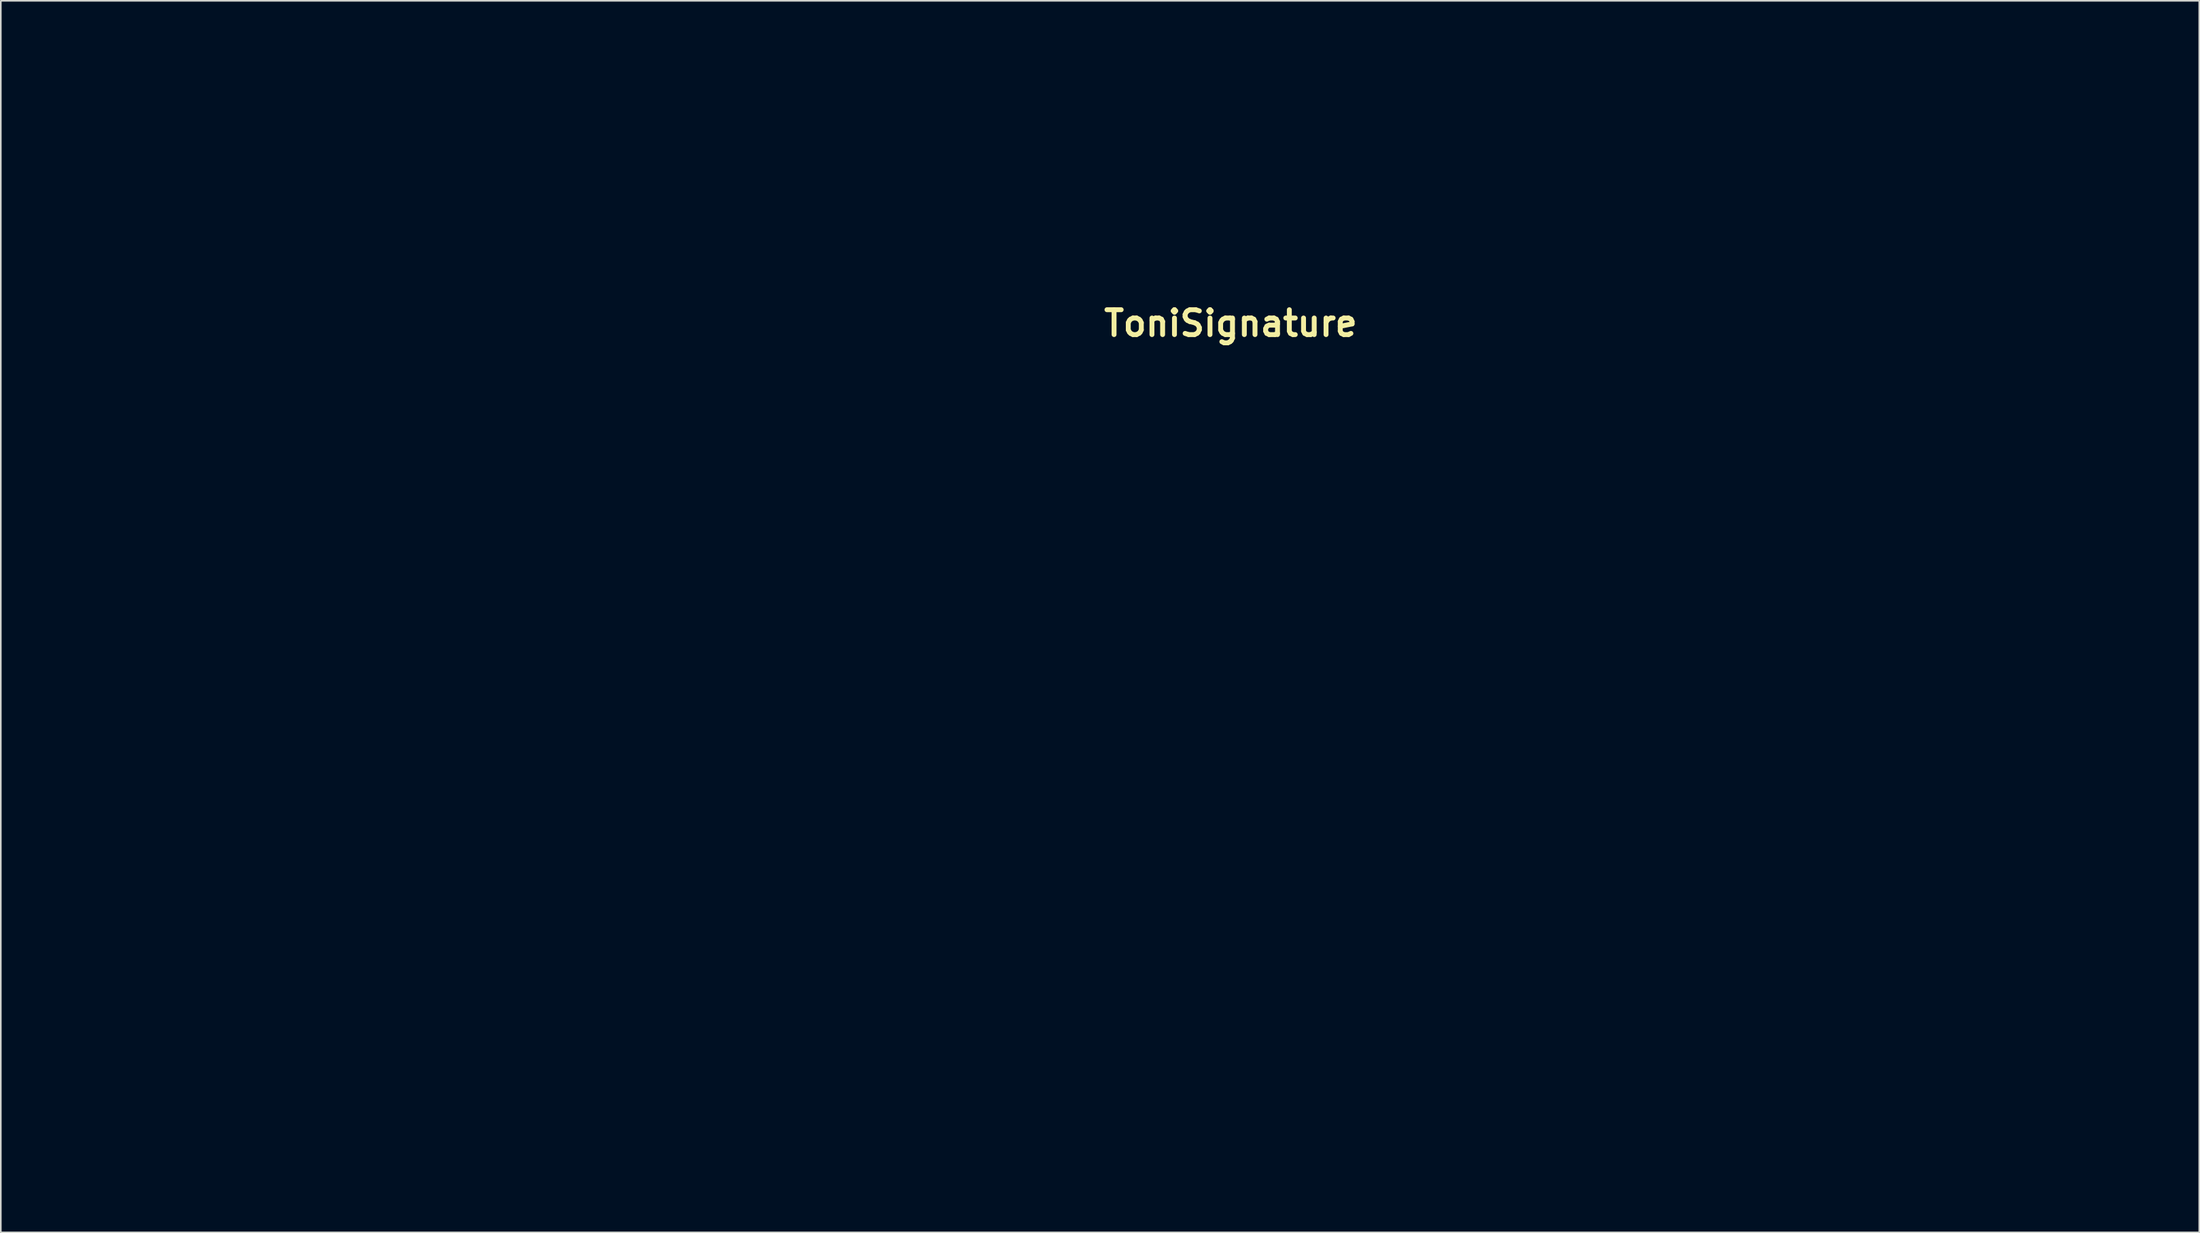
<source format=kicad_pcb>
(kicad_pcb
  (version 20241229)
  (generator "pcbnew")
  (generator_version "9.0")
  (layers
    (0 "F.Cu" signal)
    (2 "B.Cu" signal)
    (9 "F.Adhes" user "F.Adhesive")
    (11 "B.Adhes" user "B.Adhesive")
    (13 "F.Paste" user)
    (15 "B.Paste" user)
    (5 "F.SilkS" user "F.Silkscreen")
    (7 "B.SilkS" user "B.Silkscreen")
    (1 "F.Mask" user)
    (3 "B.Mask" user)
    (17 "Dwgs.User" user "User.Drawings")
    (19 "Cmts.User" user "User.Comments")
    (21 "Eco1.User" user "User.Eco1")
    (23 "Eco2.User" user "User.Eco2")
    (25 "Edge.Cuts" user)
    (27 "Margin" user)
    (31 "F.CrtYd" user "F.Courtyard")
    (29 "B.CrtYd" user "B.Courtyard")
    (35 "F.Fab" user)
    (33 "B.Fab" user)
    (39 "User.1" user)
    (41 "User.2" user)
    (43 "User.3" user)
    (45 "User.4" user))
  (footprint "ToniSignature"
    (layer "F.Cu")
    (at 72.372 16.769)
    (property "Reference" "ToniSignature" (at 0 0 0) (layer "F.SilkS") (effects (font (size 1.524 1.524) (thickness 0.3))))
    (attr through_hole)
    (fp_poly (pts (xy -50.51 -6.296) (xy -50.528 -6.277) (xy -50.546 -6.296) (xy -50.528 -6.314) (xy -50.51 -6.296)) (stroke (width 0.01) (type solid)) (fill no) (layer "Eco2.User"))
    (fp_poly (pts (xy -46.7 -8.037) (xy -46.718 -8.019) (xy -46.736 -8.037) (xy -46.718 -8.055) (xy -46.7 -8.037)) (stroke (width 0.01) (type solid)) (fill no) (layer "Eco2.User"))
    (fp_poly (pts (xy -45.865 -7.747) (xy -45.883 -7.729) (xy -45.901 -7.747) (xy -45.883 -7.765) (xy -45.865 -7.747)) (stroke (width 0.01) (type solid)) (fill no) (layer "Eco2.User"))
    (fp_poly (pts (xy -45.575 -15.694) (xy -45.593 -15.675) (xy -45.611 -15.694) (xy -45.593 -15.712) (xy -45.575 -15.694)) (stroke (width 0.01) (type solid)) (fill no) (layer "Eco2.User"))
    (fp_poly (pts (xy -40.93 -8.981) (xy -40.948 -8.963) (xy -40.967 -8.981) (xy -40.948 -8.999) (xy -40.93 -8.981)) (stroke (width 0.01) (type solid)) (fill no) (layer "Eco2.User"))
    (fp_poly (pts (xy -21.626 -6.949) (xy -21.644 -6.931) (xy -21.663 -6.949) (xy -21.644 -6.967) (xy -21.626 -6.949)) (stroke (width 0.01) (type solid)) (fill no) (layer "Eco2.User"))
    (fp_poly (pts (xy -15.53 -6.731) (xy -15.548 -6.713) (xy -15.567 -6.731) (xy -15.548 -6.749) (xy -15.53 -6.731)) (stroke (width 0.01) (type solid)) (fill no) (layer "Eco2.User"))
    (fp_poly (pts (xy 0.617 -6.477) (xy 0.599 -6.459) (xy 0.581 -6.477) (xy 0.599 -6.495) (xy 0.617 -6.477)) (stroke (width 0.01) (type solid)) (fill no) (layer "Eco2.User"))
    (fp_poly (pts (xy 2.504 -13.081) (xy 2.486 -13.063) (xy 2.467 -13.081) (xy 2.486 -13.099) (xy 2.504 -13.081)) (stroke (width 0.01) (type solid)) (fill no) (layer "Eco2.User"))
    (fp_poly (pts (xy 7.439 -8.291) (xy 7.42 -8.273) (xy 7.402 -8.291) (xy 7.42 -8.309) (xy 7.439 -8.291)) (stroke (width 0.01) (type solid)) (fill no) (layer "Eco2.User"))
    (fp_poly (pts (xy -33.976 -11.817) (xy -33.971 -11.774) (xy -33.976 -11.769) (xy -33.997 -11.774) (xy -34 -11.793) (xy -33.986 -11.823) (xy -33.976 -11.817)) (stroke (width 0.01) (type solid)) (fill no) (layer "Eco2.User"))
    (fp_poly (pts (xy 24.698 39.056) (xy 24.703 39.099) (xy 24.698 39.104) (xy 24.677 39.099) (xy 24.674 39.08) (xy 24.688 39.05) (xy 24.698 39.056)) (stroke (width 0.01) (type solid)) (fill no) (layer "Eco2.User"))
    (fp_poly (pts (xy -50.517 -6.404) (xy -50.51 -6.386) (xy -50.536 -6.351) (xy -50.544 -6.35) (xy -50.593 -6.376) (xy -50.6 -6.386) (xy -50.592 -6.417) (xy -50.566 -6.423) (xy -50.517 -6.404)) (stroke (width 0.01) (type solid)) (fill no) (layer "Eco2.User"))
    (fp_poly (pts (xy -43.515 -8.512) (xy -43.519 -8.475) (xy -43.544 -8.453) (xy -43.619 -8.421) (xy -43.651 -8.444) (xy -43.652 -8.456) (xy -43.622 -8.499) (xy -43.562 -8.523) (xy -43.515 -8.512)) (stroke (width 0.01) (type solid)) (fill no) (layer "Eco2.User"))
    (fp_poly (pts (xy -0.92 -1.393) (xy -0.925 -1.379) (xy -0.958 -1.344) (xy -0.964 -1.343) (xy -0.979 -1.371) (xy -0.98 -1.379) (xy -0.952 -1.414) (xy -0.941 -1.415) (xy -0.92 -1.393)) (stroke (width 0.01) (type solid)) (fill no) (layer "Eco2.User"))
    (fp_poly (pts (xy 1.09 -13.663) (xy 1.102 -13.659) (xy 1.153 -13.623) (xy 1.161 -13.603) (xy 1.148 -13.573) (xy 1.107 -13.604) (xy 1.088 -13.626) (xy 1.061 -13.665) (xy 1.09 -13.663)) (stroke (width 0.01) (type solid)) (fill no) (layer "Eco2.User"))
    (fp_poly (pts (xy 9.761 -4.944) (xy 9.761 -4.942) (xy 9.752 -4.873) (xy 9.725 -4.874) (xy 9.704 -4.902) (xy 9.704 -4.958) (xy 9.72 -4.982) (xy 9.752 -4.995) (xy 9.761 -4.944)) (stroke (width 0.01) (type solid)) (fill no) (layer "Eco2.User"))
    (fp_poly (pts (xy -14.411 -8.034) (xy -14.415 -7.984) (xy -14.464 -7.928) (xy -14.476 -7.92) (xy -14.546 -7.896) (xy -14.57 -7.913) (xy -14.569 -7.968) (xy -14.525 -8.025) (xy -14.462 -8.055) (xy -14.455 -8.055) (xy -14.411 -8.034)) (stroke (width 0.01) (type solid)) (fill no) (layer "Eco2.User"))
    (fp_poly (pts (xy -72.183 42.621) (xy -72.166 42.697) (xy -72.164 42.71) (xy -72.182 42.782) (xy -72.239 42.811) (xy -72.312 42.793) (xy -72.345 42.763) (xy -72.367 42.719) (xy -72.336 42.676) (xy -72.299 42.65) (xy -72.222 42.608) (xy -72.183 42.621)) (stroke (width 0.01) (type solid)) (fill no) (layer "Eco2.User"))
    (fp_poly (pts (xy -50.665 -10.573) (xy -50.625 -10.532) (xy -50.605 -10.447) (xy -50.636 -10.394) (xy -50.697 -10.379) (xy -50.77 -10.41) (xy -50.816 -10.458) (xy -50.863 -10.534) (xy -50.857 -10.571) (xy -50.792 -10.586) (xy -50.765 -10.588) (xy -50.665 -10.573)) (stroke (width 0.01) (type solid)) (fill no) (layer "Eco2.User"))
    (fp_poly (pts (xy 56.281 42.064) (xy 56.335 42.151) (xy 56.351 42.228) (xy 56.323 42.251) (xy 56.259 42.259) (xy 56.193 42.248) (xy 56.179 42.241) (xy 56.137 42.193) (xy 56.103 42.138) (xy 56.08 42.073) (xy 56.109 42.033) (xy 56.125 42.024) (xy 56.205 42.016) (xy 56.281 42.064)) (stroke (width 0.01) (type solid)) (fill no) (layer "Eco2.User"))
    (fp_poly (pts (xy 9.725 -5.602) (xy 9.75 -5.548) (xy 9.77 -5.453) (xy 9.784 -5.337) (xy 9.791 -5.222) (xy 9.788 -5.13) (xy 9.774 -5.083) (xy 9.768 -5.08) (xy 9.715 -5.107) (xy 9.703 -5.121) (xy 9.689 -5.168) (xy 9.682 -5.259) (xy 9.682 -5.403) (xy 9.686 -5.559) (xy 9.698 -5.612) (xy 9.725 -5.602)) (stroke (width 0.01) (type solid)) (fill no) (layer "Eco2.User"))
    (fp_poly (pts (xy 39.281 3.805) (xy 39.326 3.867) (xy 39.357 3.949) (xy 39.362 4.028) (xy 39.357 4.045) (xy 39.308 4.095) (xy 39.237 4.087) (xy 39.196 4.057) (xy 39.171 4.005) (xy 39.155 3.927) (xy 39.151 3.853) (xy 39.162 3.812) (xy 39.167 3.81) (xy 39.21 3.799) (xy 39.235 3.79) (xy 39.281 3.805)) (stroke (width 0.01) (type solid)) (fill no) (layer "Eco2.User"))
    (fp_poly (pts (xy 5.364 -8.327) (xy 5.374 -8.274) (xy 5.357 -8.2) (xy 5.318 -8.126) (xy 5.28 -8.085) (xy 5.214 -8.008) (xy 5.189 -7.93) (xy 5.166 -7.855) (xy 5.13 -7.823) (xy 5.09 -7.819) (xy 5.091 -7.863) (xy 5.096 -7.883) (xy 5.119 -7.982) (xy 5.128 -8.037) (xy 5.164 -8.107) (xy 5.217 -8.146) (xy 5.281 -8.202) (xy 5.289 -8.251) (xy 5.301 -8.316) (xy 5.325 -8.336) (xy 5.364 -8.327)) (stroke (width 0.01) (type solid)) (fill no) (layer "Eco2.User"))
    (fp_poly (pts (xy -14.451 -7.811) (xy -14.454 -7.742) (xy -14.48 -7.649) (xy -14.513 -7.516) (xy -14.53 -7.382) (xy -14.531 -7.359) (xy -14.535 -7.269) (xy -14.562 -7.23) (xy -14.628 -7.221) (xy -14.65 -7.221) (xy -14.729 -7.227) (xy -14.762 -7.26) (xy -14.768 -7.342) (xy -14.768 -7.349) (xy -14.753 -7.452) (xy -14.714 -7.498) (xy -14.673 -7.546) (xy -14.659 -7.62) (xy -14.628 -7.725) (xy -14.566 -7.782) (xy -14.488 -7.823) (xy -14.451 -7.811)) (stroke (width 0.01) (type solid)) (fill no) (layer "Eco2.User"))
    (fp_poly (pts (xy 47.656 40.289) (xy 47.7 40.333) (xy 47.705 40.35) (xy 47.731 40.408) (xy 47.749 40.422) (xy 47.779 40.453) (xy 47.811 40.527) (xy 47.837 40.615) (xy 47.848 40.688) (xy 47.843 40.712) (xy 47.784 40.746) (xy 47.688 40.73) (xy 47.604 40.689) (xy 47.546 40.631) (xy 47.487 40.541) (xy 47.439 40.441) (xy 47.411 40.353) (xy 47.415 40.3) (xy 47.416 40.298) (xy 47.464 40.284) (xy 47.551 40.277) (xy 47.562 40.277) (xy 47.656 40.289)) (stroke (width 0.01) (type solid)) (fill no) (layer "Eco2.User"))
    (fp_poly (pts (xy -50.588 20.442) (xy -50.516 20.501) (xy -50.428 20.626) (xy -50.38 20.79) (xy -50.377 20.969) (xy -50.417 21.127) (xy -50.462 21.216) (xy -50.514 21.255) (xy -50.601 21.263) (xy -50.605 21.263) (xy -50.691 21.258) (xy -50.723 21.234) (xy -50.719 21.178) (xy -50.717 21.116) (xy -50.754 21.106) (xy -50.77 21.109) (xy -50.825 21.108) (xy -50.832 21.077) (xy -50.792 21.039) (xy -50.764 21.028) (xy -50.706 20.977) (xy -50.694 20.889) (xy -50.73 20.786) (xy -50.738 20.773) (xy -50.776 20.683) (xy -50.794 20.592) (xy -50.785 20.503) (xy -50.73 20.451) (xy -50.713 20.443) (xy -50.647 20.423) (xy -50.588 20.442)) (stroke (width 0.01) (type solid)) (fill no) (layer "Eco2.User"))
    (fp_poly (pts (xy -33.775 -11.95) (xy -33.712 -11.892) (xy -33.685 -11.824) (xy -33.694 -11.789) (xy -33.691 -11.736) (xy -33.664 -11.691) (xy -33.609 -11.601) (xy -33.587 -11.506) (xy -33.595 -11.426) (xy -33.632 -11.379) (xy -33.689 -11.38) (xy -33.74 -11.368) (xy -33.758 -11.341) (xy -33.797 -11.291) (xy -33.852 -11.309) (xy -33.882 -11.339) (xy -33.921 -11.401) (xy -33.927 -11.428) (xy -33.954 -11.465) (xy -33.963 -11.466) (xy -33.996 -11.495) (xy -33.994 -11.57) (xy -33.962 -11.676) (xy -33.919 -11.763) (xy -33.872 -11.854) (xy -33.863 -11.906) (xy -33.888 -11.937) (xy -33.892 -11.94) (xy -33.916 -11.964) (xy -33.876 -11.973) (xy -33.854 -11.974) (xy -33.775 -11.95)) (stroke (width 0.01) (type solid)) (fill no) (layer "Eco2.User"))
    (fp_poly (pts (xy 22.455 51.866) (xy 22.506 51.903) (xy 22.568 51.949) (xy 22.665 52.008) (xy 22.708 52.03) (xy 22.81 52.093) (xy 22.888 52.158) (xy 22.905 52.18) (xy 22.979 52.238) (xy 23.048 52.251) (xy 23.155 52.286) (xy 23.22 52.347) (xy 23.286 52.472) (xy 23.282 52.596) (xy 23.258 52.653) (xy 23.23 52.696) (xy 23.191 52.714) (xy 23.122 52.71) (xy 23.015 52.691) (xy 22.907 52.655) (xy 22.823 52.604) (xy 22.757 52.563) (xy 22.716 52.559) (xy 22.682 52.546) (xy 22.66 52.504) (xy 22.609 52.433) (xy 22.548 52.395) (xy 22.483 52.358) (xy 22.461 52.325) (xy 22.432 52.291) (xy 22.412 52.288) (xy 22.343 52.256) (xy 22.276 52.177) (xy 22.232 52.075) (xy 22.235 51.97) (xy 22.285 51.892) (xy 22.365 51.853) (xy 22.455 51.866)) (stroke (width 0.01) (type solid)) (fill no) (layer "Eco2.User"))
    (fp_poly (pts (xy 2.744 -13.272) (xy 2.822 -13.255) (xy 2.86 -13.221) (xy 2.897 -13.186) (xy 2.917 -13.202) (xy 2.959 -13.209) (xy 3.036 -13.188) (xy 3.124 -13.149) (xy 3.197 -13.104) (xy 3.229 -13.064) (xy 3.229 -13.061) (xy 3.203 -13.013) (xy 3.15 -13.006) (xy 3.117 -13.031) (xy 3.091 -13.061) (xy 3.085 -13.026) (xy 3.056 -12.986) (xy 2.968 -12.97) (xy 2.815 -12.978) (xy 2.776 -12.983) (xy 2.672 -13.009) (xy 2.605 -13.05) (xy 2.593 -13.096) (xy 2.595 -13.101) (xy 2.588 -13.144) (xy 2.577 -13.153) (xy 2.531 -13.144) (xy 2.464 -13.093) (xy 2.451 -13.08) (xy 2.373 -13.016) (xy 2.32 -13.014) (xy 2.301 -13.071) (xy 2.31 -13.129) (xy 2.332 -13.199) (xy 2.368 -13.241) (xy 2.435 -13.263) (xy 2.549 -13.272) (xy 2.612 -13.274) (xy 2.744 -13.272)) (stroke (width 0.01) (type solid)) (fill no) (layer "Eco2.User"))
    (fp_poly (pts (xy -21.224 -5.809) (xy -21.177 -5.786) (xy -21.169 -5.779) (xy -21.127 -5.72) (xy -21.118 -5.692) (xy -21.088 -5.66) (xy -21.014 -5.614) (xy -20.92 -5.567) (xy -20.83 -5.53) (xy -20.77 -5.516) (xy -20.716 -5.538) (xy -20.647 -5.588) (xy -20.566 -5.645) (xy -20.518 -5.657) (xy -20.51 -5.62) (xy -20.515 -5.606) (xy -20.509 -5.559) (xy -20.482 -5.552) (xy -20.44 -5.523) (xy -20.431 -5.453) (xy -20.452 -5.361) (xy -20.501 -5.27) (xy -20.512 -5.256) (xy -20.628 -5.17) (xy -20.777 -5.135) (xy -20.937 -5.153) (xy -21.009 -5.181) (xy -21.094 -5.228) (xy -21.144 -5.265) (xy -21.149 -5.271) (xy -21.19 -5.294) (xy -21.222 -5.298) (xy -21.279 -5.322) (xy -21.358 -5.383) (xy -21.438 -5.46) (xy -21.498 -5.533) (xy -21.517 -5.576) (xy -21.545 -5.617) (xy -21.594 -5.654) (xy -21.642 -5.694) (xy -21.638 -5.725) (xy -21.576 -5.754) (xy -21.449 -5.784) (xy -21.421 -5.79) (xy -21.298 -5.811) (xy -21.224 -5.809)) (stroke (width 0.01) (type solid)) (fill no) (layer "Eco2.User"))
    (fp_poly (pts (xy -34.22 -13.232) (xy -34.133 -13.173) (xy -34.124 -13.163) (xy -34.086 -13.119) (xy -34.082 -13.137) (xy -34.084 -13.143) (xy -34.084 -13.211) (xy -34.032 -13.233) (xy -33.985 -13.222) (xy -33.933 -13.174) (xy -33.943 -13.102) (xy -33.982 -13.05) (xy -34.012 -12.999) (xy -34.003 -12.974) (xy -33.985 -12.928) (xy -33.99 -12.878) (xy -33.987 -12.804) (xy -33.964 -12.773) (xy -33.935 -12.723) (xy -33.911 -12.625) (xy -33.902 -12.55) (xy -33.887 -12.434) (xy -33.866 -12.348) (xy -33.852 -12.321) (xy -33.823 -12.257) (xy -33.818 -12.219) (xy -33.826 -12.183) (xy -33.855 -12.198) (xy -33.907 -12.253) (xy -33.997 -12.355) (xy -33.982 -12.233) (xy -33.988 -12.118) (xy -34.02 -12.03) (xy -34.053 -11.966) (xy -34.056 -11.934) (xy -34.071 -11.918) (xy -34.11 -11.912) (xy -34.17 -11.932) (xy -34.181 -11.969) (xy -34.205 -12.049) (xy -34.225 -12.076) (xy -34.252 -12.113) (xy -34.247 -12.119) (xy -34.243 -12.152) (xy -34.252 -12.238) (xy -34.272 -12.36) (xy -34.276 -12.38) (xy -34.297 -12.509) (xy -34.309 -12.608) (xy -34.309 -12.657) (xy -34.308 -12.658) (xy -34.315 -12.695) (xy -34.349 -12.741) (xy -34.394 -12.825) (xy -34.422 -12.943) (xy -34.43 -13.066) (xy -34.414 -13.163) (xy -34.399 -13.19) (xy -34.318 -13.238) (xy -34.22 -13.232)) (stroke (width 0.01) (type solid)) (fill no) (layer "Eco2.User"))
    (fp_poly (pts (xy -34.986 -9.661) (xy -34.969 -9.614) (xy -34.962 -9.564) (xy -34.989 -9.573) (xy -34.997 -9.579) (xy -35.049 -9.599) (xy -35.069 -9.581) (xy -35.057 -9.543) (xy -34.997 -9.507) (xy -34.929 -9.468) (xy -34.916 -9.407) (xy -34.922 -9.371) (xy -34.937 -9.279) (xy -34.952 -9.149) (xy -34.96 -9.053) (xy -34.973 -8.905) (xy -34.986 -8.76) (xy -34.994 -8.69) (xy -35.007 -8.574) (xy -35.023 -8.423) (xy -35.035 -8.309) (xy -35.053 -8.182) (xy -35.074 -8.081) (xy -35.092 -8.034) (xy -35.109 -7.981) (xy -35.125 -7.875) (xy -35.139 -7.734) (xy -35.144 -7.658) (xy -35.153 -7.509) (xy -35.16 -7.388) (xy -35.165 -7.313) (xy -35.166 -7.299) (xy -35.163 -7.244) (xy -35.162 -7.239) (xy -35.157 -7.167) (xy -35.159 -7.054) (xy -35.165 -6.929) (xy -35.175 -6.824) (xy -35.183 -6.776) (xy -35.178 -6.723) (xy -35.149 -6.713) (xy -35.09 -6.684) (xy -35.076 -6.661) (xy -35.028 -6.616) (xy -34.973 -6.598) (xy -34.903 -6.559) (xy -34.875 -6.488) (xy -34.897 -6.415) (xy -34.914 -6.397) (xy -35.019 -6.351) (xy -35.149 -6.337) (xy -35.264 -6.359) (xy -35.271 -6.362) (xy -35.338 -6.417) (xy -35.418 -6.511) (xy -35.468 -6.584) (xy -35.513 -6.659) (xy -35.544 -6.726) (xy -35.563 -6.798) (xy -35.574 -6.894) (xy -35.579 -7.029) (xy -35.581 -7.219) (xy -35.581 -7.236) (xy -35.58 -7.422) (xy -35.575 -7.588) (xy -35.566 -7.717) (xy -35.555 -7.792) (xy -35.553 -7.796) (xy -35.538 -7.867) (xy -35.523 -7.991) (xy -35.508 -8.149) (xy -35.5 -8.268) (xy -35.488 -8.43) (xy -35.474 -8.566) (xy -35.46 -8.659) (xy -35.45 -8.69) (xy -35.432 -8.741) (xy -35.408 -8.845) (xy -35.384 -8.98) (xy -35.379 -9.017) (xy -35.354 -9.162) (xy -35.328 -9.284) (xy -35.306 -9.361) (xy -35.302 -9.37) (xy -35.274 -9.448) (xy -35.27 -9.481) (xy -35.246 -9.537) (xy -35.188 -9.606) (xy -35.116 -9.67) (xy -35.053 -9.709) (xy -35.023 -9.711) (xy -34.986 -9.661)) (stroke (width 0.01) (type solid)) (fill no) (layer "Eco2.User"))
    (fp_poly (pts (xy 0.955 -13.636) (xy 0.957 -13.6) (xy 0.942 -13.568) (xy 0.918 -13.502) (xy 0.922 -13.471) (xy 0.92 -13.43) (xy 0.902 -13.401) (xy 0.875 -13.346) (xy 0.904 -13.327) (xy 0.977 -13.352) (xy 0.977 -13.352) (xy 1.046 -13.366) (xy 1.08 -13.327) (xy 1.077 -13.249) (xy 1.039 -13.16) (xy 1.001 -13.071) (xy 1.016 -13.027) (xy 1.036 -12.98) (xy 1.02 -12.918) (xy 0.979 -12.882) (xy 0.972 -12.881) (xy 0.95 -12.853) (xy 0.953 -12.811) (xy 0.955 -12.749) (xy 0.94 -12.729) (xy 0.92 -12.69) (xy 0.901 -12.6) (xy 0.889 -12.5) (xy 0.872 -12.322) (xy 0.851 -12.13) (xy 0.828 -11.944) (xy 0.807 -11.784) (xy 0.788 -11.67) (xy 0.784 -11.646) (xy 0.77 -11.562) (xy 0.756 -11.437) (xy 0.746 -11.328) (xy 0.732 -11.202) (xy 0.715 -11.102) (xy 0.7 -11.056) (xy 0.688 -11.004) (xy 0.679 -10.896) (xy 0.673 -10.748) (xy 0.671 -10.585) (xy 0.669 -10.387) (xy 0.661 -10.251) (xy 0.647 -10.169) (xy 0.626 -10.13) (xy 0.622 -10.127) (xy 0.594 -10.093) (xy 0.615 -10.071) (xy 0.64 -10.015) (xy 0.639 -9.906) (xy 0.637 -9.894) (xy 0.624 -9.758) (xy 0.611 -9.576) (xy 0.599 -9.358) (xy 0.589 -9.114) (xy 0.58 -8.854) (xy 0.572 -8.589) (xy 0.567 -8.327) (xy 0.564 -8.08) (xy 0.563 -7.858) (xy 0.565 -7.671) (xy 0.569 -7.529) (xy 0.577 -7.441) (xy 0.584 -7.418) (xy 0.6 -7.375) (xy 0.611 -7.278) (xy 0.617 -7.148) (xy 0.617 -7.126) (xy 0.621 -6.985) (xy 0.631 -6.867) (xy 0.646 -6.796) (xy 0.648 -6.792) (xy 0.68 -6.71) (xy 0.703 -6.631) (xy 0.712 -6.559) (xy 0.683 -6.533) (xy 0.654 -6.531) (xy 0.594 -6.554) (xy 0.581 -6.586) (xy 0.566 -6.634) (xy 0.553 -6.641) (xy 0.516 -6.671) (xy 0.469 -6.743) (xy 0.426 -6.831) (xy 0.401 -6.908) (xy 0.399 -6.926) (xy 0.379 -7.002) (xy 0.362 -7.026) (xy 0.34 -7.079) (xy 0.319 -7.182) (xy 0.303 -7.313) (xy 0.303 -7.314) (xy 0.288 -7.445) (xy 0.27 -7.548) (xy 0.254 -7.602) (xy 0.254 -7.602) (xy 0.234 -7.664) (xy 0.216 -7.785) (xy 0.2 -7.953) (xy 0.187 -8.154) (xy 0.178 -8.376) (xy 0.174 -8.605) (xy 0.175 -8.763) (xy 0.181 -9.065) (xy 0.188 -9.377) (xy 0.198 -9.691) (xy 0.209 -9.996) (xy 0.221 -10.286) (xy 0.233 -10.552) (xy 0.246 -10.786) (xy 0.259 -10.979) (xy 0.271 -11.123) (xy 0.282 -11.209) (xy 0.29 -11.23) (xy 0.295 -11.263) (xy 0.304 -11.35) (xy 0.314 -11.466) (xy 0.334 -11.629) (xy 0.368 -11.817) (xy 0.402 -11.965) (xy 0.437 -12.117) (xy 0.462 -12.265) (xy 0.472 -12.374) (xy 0.486 -12.509) (xy 0.522 -12.641) (xy 0.526 -12.652) (xy 0.559 -12.762) (xy 0.544 -12.827) (xy 0.544 -12.827) (xy 0.532 -12.881) (xy 0.562 -12.918) (xy 0.604 -12.982) (xy 0.636 -13.082) (xy 0.64 -13.103) (xy 0.667 -13.205) (xy 0.704 -13.276) (xy 0.712 -13.284) (xy 0.749 -13.349) (xy 0.762 -13.427) (xy 0.776 -13.555) (xy 0.82 -13.624) (xy 0.894 -13.643) (xy 0.955 -13.636)) (stroke (width 0.01) (type solid)) (fill no) (layer "Eco2.User"))
    (fp_poly (pts (xy 2.165 -6.897) (xy 2.205 -6.809) (xy 2.235 -6.684) (xy 2.25 -6.539) (xy 2.25 -6.513) (xy 2.26 -6.382) (xy 2.283 -6.237) (xy 2.29 -6.205) (xy 2.303 -6.109) (xy 2.313 -5.954) (xy 2.32 -5.753) (xy 2.325 -5.517) (xy 2.327 -5.261) (xy 2.326 -4.997) (xy 2.322 -4.737) (xy 2.315 -4.496) (xy 2.306 -4.286) (xy 2.294 -4.119) (xy 2.29 -4.082) (xy 2.273 -3.914) (xy 2.256 -3.701) (xy 2.24 -3.472) (xy 2.228 -3.266) (xy 2.217 -3.083) (xy 2.205 -2.925) (xy 2.193 -2.808) (xy 2.181 -2.745) (xy 2.179 -2.74) (xy 2.159 -2.673) (xy 2.159 -2.649) (xy 2.152 -2.582) (xy 2.13 -2.479) (xy 2.118 -2.434) (xy 2.094 -2.331) (xy 2.089 -2.256) (xy 2.093 -2.239) (xy 2.087 -2.193) (xy 2.071 -2.179) (xy 2.048 -2.132) (xy 2.028 -2.034) (xy 2.017 -1.92) (xy 2.002 -1.716) (xy 1.982 -1.537) (xy 1.959 -1.397) (xy 1.934 -1.309) (xy 1.918 -1.285) (xy 1.895 -1.238) (xy 1.887 -1.162) (xy 1.867 -1.063) (xy 1.827 -0.998) (xy 1.786 -0.925) (xy 1.756 -0.817) (xy 1.752 -0.787) (xy 1.722 -0.591) (xy 1.68 -0.438) (xy 1.629 -0.341) (xy 1.614 -0.326) (xy 1.568 -0.265) (xy 1.56 -0.231) (xy 1.537 -0.186) (xy 1.52 -0.181) (xy 1.495 -0.155) (xy 1.499 -0.131) (xy 1.495 -0.064) (xy 1.468 -0.013) (xy 1.426 0.064) (xy 1.415 0.109) (xy 1.393 0.175) (xy 1.343 0.254) (xy 1.291 0.343) (xy 1.271 0.422) (xy 1.246 0.506) (xy 1.216 0.544) (xy 1.169 0.608) (xy 1.161 0.642) (xy 1.141 0.687) (xy 1.09 0.756) (xy 1.024 0.834) (xy 0.955 0.905) (xy 0.9 0.953) (xy 0.871 0.963) (xy 0.87 0.958) (xy 0.851 0.955) (xy 0.824 0.983) (xy 0.716 1.073) (xy 0.563 1.136) (xy 0.389 1.168) (xy 0.217 1.165) (xy 0.072 1.122) (xy 0.068 1.12) (xy -0.05 1.059) (xy -0.167 1.001) (xy -0.17 1) (xy -0.264 0.942) (xy -0.331 0.879) (xy -0.333 0.876) (xy -0.385 0.817) (xy -0.447 0.799) (xy -0.482 0.798) (xy -0.537 0.766) (xy -0.595 0.684) (xy -0.645 0.571) (xy -0.676 0.45) (xy -0.68 0.417) (xy -0.699 0.298) (xy -0.735 0.152) (xy -0.759 0.073) (xy -0.777 0.014) (xy -0.791 -0.044) (xy -0.802 -0.111) (xy -0.809 -0.194) (xy -0.813 -0.302) (xy -0.813 -0.443) (xy -0.811 -0.626) (xy -0.806 -0.857) (xy -0.798 -1.147) (xy -0.789 -1.433) (xy -0.791 -1.517) (xy -0.797 -1.629) (xy -0.799 -1.651) (xy -0.799 -1.77) (xy -0.785 -1.874) (xy -0.782 -1.887) (xy -0.769 -1.946) (xy -0.787 -1.945) (xy -0.795 -1.939) (xy -0.821 -1.884) (xy -0.847 -1.782) (xy -0.862 -1.688) (xy -0.887 -1.558) (xy -0.919 -1.477) (xy -0.939 -1.459) (xy -0.964 -1.463) (xy -0.975 -1.505) (xy -0.973 -1.598) (xy -0.966 -1.692) (xy -0.951 -1.851) (xy -0.942 -1.957) (xy -0.938 -2.029) (xy -0.937 -2.085) (xy -0.938 -2.141) (xy -0.938 -2.311) (xy -0.933 -2.524) (xy -0.923 -2.759) (xy -0.909 -2.993) (xy -0.894 -3.203) (xy -0.877 -3.368) (xy -0.873 -3.393) (xy -0.854 -3.548) (xy -0.84 -3.691) (xy -0.834 -3.794) (xy -0.835 -3.805) (xy -0.827 -3.901) (xy -0.804 -3.966) (xy -0.803 -3.968) (xy -0.783 -4.023) (xy -0.764 -4.128) (xy -0.749 -4.262) (xy -0.748 -4.275) (xy -0.735 -4.41) (xy -0.719 -4.519) (xy -0.703 -4.579) (xy -0.702 -4.581) (xy -0.686 -4.638) (xy -0.672 -4.741) (xy -0.666 -4.821) (xy -0.654 -4.935) (xy -0.635 -5.017) (xy -0.62 -5.042) (xy -0.595 -5.089) (xy -0.577 -5.18) (xy -0.575 -5.208) (xy -0.554 -5.334) (xy -0.504 -5.41) (xy -0.426 -5.453) (xy -0.371 -5.455) (xy -0.359 -5.433) (xy -0.354 -5.37) (xy -0.345 -5.27) (xy -0.343 -5.245) (xy -0.343 -5.142) (xy -0.36 -5.067) (xy -0.367 -5.057) (xy -0.382 -5.005) (xy -0.398 -4.897) (xy -0.411 -4.748) (xy -0.42 -4.587) (xy -0.429 -4.416) (xy -0.442 -4.27) (xy -0.457 -4.165) (xy -0.472 -4.119) (xy -0.484 -4.069) (xy -0.496 -3.961) (xy -0.506 -3.807) (xy -0.513 -3.622) (xy -0.515 -3.523) (xy -0.519 -3.331) (xy -0.526 -3.165) (xy -0.535 -3.039) (xy -0.545 -2.966) (xy -0.551 -2.953) (xy -0.56 -2.913) (xy -0.569 -2.813) (xy -0.575 -2.667) (xy -0.579 -2.488) (xy -0.58 -2.402) (xy -0.58 -2.206) (xy -0.582 -2.028) (xy -0.584 -1.886) (xy -0.586 -1.796) (xy -0.587 -1.778) (xy -0.588 -1.713) (xy -0.586 -1.589) (xy -0.581 -1.42) (xy -0.574 -1.222) (xy -0.567 -1.059) (xy -0.556 -0.819) (xy -0.544 -0.64) (xy -0.53 -0.509) (xy -0.512 -0.415) (xy -0.49 -0.346) (xy -0.47 -0.305) (xy -0.423 -0.194) (xy -0.4 -0.087) (xy -0.399 -0.075) (xy -0.37 0.032) (xy -0.279 0.161) (xy -0.255 0.187) (xy -0.177 0.279) (xy -0.124 0.353) (xy -0.11 0.386) (xy -0.084 0.441) (xy -0.053 0.473) (xy -0.014 0.53) (xy -0.013 0.562) (xy -0.014 0.622) (xy 0.042 0.672) (xy 0.148 0.717) (xy 0.263 0.752) (xy 0.344 0.754) (xy 0.421 0.718) (xy 0.486 0.671) (xy 0.581 0.671) (xy 0.599 0.689) (xy 0.617 0.671) (xy 0.599 0.653) (xy 0.581 0.671) (xy 0.486 0.671) (xy 0.492 0.667) (xy 0.567 0.615) (xy 0.612 0.594) (xy 0.617 0.597) (xy 0.637 0.589) (xy 0.687 0.538) (xy 0.708 0.515) (xy 0.766 0.439) (xy 0.797 0.386) (xy 0.798 0.379) (xy 0.815 0.32) (xy 0.86 0.219) (xy 0.92 0.098) (xy 0.986 -0.021) (xy 1.047 -0.119) (xy 1.075 -0.157) (xy 1.133 -0.249) (xy 1.161 -0.338) (xy 1.161 -0.345) (xy 1.175 -0.421) (xy 1.197 -0.454) (xy 1.225 -0.503) (xy 1.234 -0.568) (xy 1.249 -0.667) (xy 1.285 -0.775) (xy 1.327 -0.883) (xy 1.355 -0.98) (xy 1.385 -1.111) (xy 1.428 -1.286) (xy 1.477 -1.475) (xy 1.525 -1.653) (xy 1.54 -1.704) (xy 1.572 -1.844) (xy 1.593 -1.981) (xy 1.597 -2.041) (xy 1.612 -2.17) (xy 1.651 -2.302) (xy 1.657 -2.314) (xy 1.698 -2.441) (xy 1.723 -2.584) (xy 1.726 -2.613) (xy 1.732 -2.699) (xy 1.743 -2.844) (xy 1.758 -3.033) (xy 1.776 -3.251) (xy 1.796 -3.484) (xy 1.798 -3.502) (xy 1.831 -3.918) (xy 1.855 -4.333) (xy 1.873 -4.76) (xy 1.883 -5.211) (xy 1.887 -5.701) (xy 1.884 -6.243) (xy 1.88 -6.55) (xy 1.88 -6.688) (xy 1.889 -6.77) (xy 1.912 -6.809) (xy 1.955 -6.821) (xy 1.978 -6.822) (xy 2.051 -6.841) (xy 2.068 -6.876) (xy 2.096 -6.924) (xy 2.121 -6.931) (xy 2.165 -6.897)) (stroke (width 0.01) (type solid)) (fill no) (layer "Eco2.User"))
    (fp_poly (pts (xy -41.499 -12.319) (xy -41.448 -12.229) (xy -41.444 -12.22) (xy -41.408 -12.135) (xy -41.387 -12.048) (xy -41.38 -11.939) (xy -41.383 -11.786) (xy -41.386 -11.72) (xy -41.396 -11.529) (xy -41.407 -11.338) (xy -41.417 -11.159) (xy -41.426 -11.007) (xy -41.433 -10.895) (xy -41.438 -10.837) (xy -41.439 -10.831) (xy -41.443 -10.799) (xy -41.452 -10.716) (xy -41.458 -10.65) (xy -41.472 -10.512) (xy -41.488 -10.381) (xy -41.493 -10.341) (xy -41.503 -10.245) (xy -41.514 -10.103) (xy -41.524 -9.943) (xy -41.526 -9.906) (xy -41.543 -9.692) (xy -41.573 -9.44) (xy -41.617 -9.142) (xy -41.678 -8.786) (xy -41.692 -8.709) (xy -41.711 -8.559) (xy -41.723 -8.383) (xy -41.724 -8.268) (xy -41.725 -8.139) (xy -41.733 -8.037) (xy -41.744 -7.987) (xy -41.752 -7.95) (xy -41.705 -7.959) (xy -41.654 -7.984) (xy -41.597 -8.038) (xy -41.583 -8.08) (xy -41.559 -8.132) (xy -41.498 -8.213) (xy -41.417 -8.303) (xy -41.333 -8.386) (xy -41.264 -8.441) (xy -41.233 -8.455) (xy -41.216 -8.486) (xy -41.212 -8.566) (xy -41.214 -8.596) (xy -41.211 -8.713) (xy -41.168 -8.796) (xy -41.151 -8.814) (xy -41.096 -8.893) (xy -41.086 -8.926) (xy -41.004 -8.926) (xy -40.985 -8.907) (xy -40.948 -8.926) (xy -40.904 -8.998) (xy -40.895 -9.049) (xy -40.899 -9.102) (xy -40.919 -9.094) (xy -40.95 -9.055) (xy -40.993 -8.981) (xy -41.004 -8.926) (xy -41.086 -8.926) (xy -41.075 -8.961) (xy -41.051 -9.025) (xy -40.995 -9.087) (xy -40.931 -9.125) (xy -40.891 -9.124) (xy -40.854 -9.138) (xy -40.802 -9.195) (xy -40.751 -9.272) (xy -40.718 -9.347) (xy -40.713 -9.377) (xy -40.68 -9.488) (xy -40.585 -9.626) (xy -40.504 -9.714) (xy -40.433 -9.796) (xy -40.391 -9.867) (xy -40.386 -9.887) (xy -40.367 -9.936) (xy -40.35 -9.942) (xy -40.319 -9.963) (xy -40.32 -9.97) (xy -40.307 -10.033) (xy -40.26 -10.134) (xy -40.186 -10.254) (xy -40.106 -10.363) (xy -40.043 -10.45) (xy -40.009 -10.513) (xy -40.008 -10.532) (xy -39.992 -10.552) (xy -39.925 -10.575) (xy -39.917 -10.577) (xy -39.84 -10.604) (xy -39.806 -10.636) (xy -39.805 -10.637) (xy -39.778 -10.696) (xy -39.718 -10.754) (xy -39.663 -10.777) (xy -39.626 -10.797) (xy -39.624 -10.804) (xy -39.595 -10.845) (xy -39.519 -10.909) (xy -39.414 -10.987) (xy -39.295 -11.066) (xy -39.179 -11.135) (xy -39.083 -11.182) (xy -39.043 -11.196) (xy -38.942 -11.22) (xy -38.866 -11.239) (xy -38.862 -11.241) (xy -38.692 -11.272) (xy -38.539 -11.272) (xy -38.435 -11.244) (xy -38.371 -11.193) (xy -38.288 -11.106) (xy -38.201 -11.001) (xy -38.125 -10.898) (xy -38.075 -10.815) (xy -38.064 -10.778) (xy -38.034 -10.745) (xy -38.007 -10.741) (xy -37.969 -10.724) (xy -37.972 -10.707) (xy -37.973 -10.657) (xy -37.958 -10.558) (xy -37.929 -10.429) (xy -37.923 -10.407) (xy -37.89 -10.241) (xy -37.87 -10.066) (xy -37.866 -9.901) (xy -37.876 -9.767) (xy -37.9 -9.688) (xy -37.901 -9.631) (xy -37.881 -9.596) (xy -37.855 -9.524) (xy -37.86 -9.487) (xy -37.872 -9.425) (xy -37.886 -9.313) (xy -37.898 -9.169) (xy -37.901 -9.114) (xy -37.924 -8.779) (xy -37.948 -8.461) (xy -37.973 -8.172) (xy -37.999 -7.925) (xy -38.022 -7.733) (xy -38.034 -7.657) (xy -38.046 -7.543) (xy -38.053 -7.384) (xy -38.056 -7.195) (xy -38.054 -6.989) (xy -38.048 -6.78) (xy -38.039 -6.583) (xy -38.028 -6.411) (xy -38.013 -6.278) (xy -37.997 -6.198) (xy -37.99 -6.185) (xy -37.93 -6.159) (xy -37.864 -6.16) (xy -37.793 -6.16) (xy -37.773 -6.12) (xy -37.804 -6.038) (xy -37.881 -5.954) (xy -37.98 -5.889) (xy -38.048 -5.866) (xy -38.13 -5.864) (xy -38.207 -5.899) (xy -38.29 -5.967) (xy -38.34 -6.015) (xy -38.378 -6.062) (xy -38.407 -6.118) (xy -38.43 -6.196) (xy -38.449 -6.305) (xy -38.466 -6.457) (xy -38.484 -6.662) (xy -38.5 -6.852) (xy -38.515 -7.113) (xy -38.516 -7.34) (xy -38.504 -7.514) (xy -38.503 -7.523) (xy -38.483 -7.691) (xy -38.468 -7.874) (xy -38.464 -7.965) (xy -38.455 -8.127) (xy -38.438 -8.31) (xy -38.424 -8.418) (xy -38.406 -8.57) (xy -38.394 -8.717) (xy -38.391 -8.803) (xy -38.38 -8.936) (xy -38.351 -9.08) (xy -38.342 -9.111) (xy -38.317 -9.224) (xy -38.303 -9.361) (xy -38.301 -9.494) (xy -38.312 -9.594) (xy -38.318 -9.616) (xy -38.32 -9.664) (xy -38.32 -9.668) (xy -38.315 -9.74) (xy -38.314 -9.86) (xy -38.317 -10.003) (xy -38.324 -10.145) (xy -38.333 -10.26) (xy -38.336 -10.286) (xy -38.361 -10.385) (xy -38.399 -10.452) (xy -38.409 -10.46) (xy -38.456 -10.513) (xy -38.463 -10.54) (xy -38.49 -10.601) (xy -38.556 -10.681) (xy -38.642 -10.761) (xy -38.726 -10.819) (xy -38.756 -10.832) (xy -38.849 -10.828) (xy -38.892 -10.803) (xy -38.954 -10.758) (xy -39.045 -10.703) (xy -39.139 -10.652) (xy -39.209 -10.619) (xy -39.225 -10.615) (xy -39.258 -10.59) (xy -39.329 -10.528) (xy -39.423 -10.44) (xy -39.441 -10.423) (xy -39.543 -10.331) (xy -39.628 -10.264) (xy -39.682 -10.233) (xy -39.686 -10.233) (xy -39.729 -10.213) (xy -39.733 -10.202) (xy -39.755 -10.157) (xy -39.811 -10.087) (xy -39.821 -10.076) (xy -39.904 -9.973) (xy -39.974 -9.871) (xy -40.03 -9.797) (xy -40.08 -9.761) (xy -40.085 -9.761) (xy -40.128 -9.732) (xy -40.132 -9.713) (xy -40.152 -9.657) (xy -40.204 -9.572) (xy -40.226 -9.541) (xy -40.293 -9.442) (xy -40.344 -9.352) (xy -40.352 -9.335) (xy -40.39 -9.272) (xy -40.421 -9.253) (xy -40.457 -9.225) (xy -40.459 -9.215) (xy -40.481 -9.164) (xy -40.534 -9.097) (xy -40.583 -9.031) (xy -40.642 -8.933) (xy -40.698 -8.825) (xy -40.74 -8.732) (xy -40.756 -8.675) (xy -40.756 -8.672) (xy -40.776 -8.636) (xy -40.821 -8.582) (xy -40.872 -8.522) (xy -40.889 -8.491) (xy -40.904 -8.432) (xy -40.936 -8.358) (xy -40.968 -8.31) (xy -40.969 -8.309) (xy -41.004 -8.265) (xy -41.056 -8.175) (xy -41.114 -8.062) (xy -41.168 -7.948) (xy -41.207 -7.854) (xy -41.221 -7.805) (xy -41.233 -7.772) (xy -41.244 -7.777) (xy -41.264 -7.781) (xy -41.296 -7.759) (xy -41.348 -7.7) (xy -41.427 -7.597) (xy -41.529 -7.458) (xy -41.629 -7.338) (xy -41.719 -7.259) (xy -41.765 -7.237) (xy -41.893 -7.195) (xy -41.959 -7.139) (xy -41.97 -7.11) (xy -42.042 -6.802) (xy -42.105 -6.558) (xy -42.16 -6.372) (xy -42.209 -6.238) (xy -42.255 -6.148) (xy -42.284 -6.11) (xy -42.349 -6.058) (xy -42.416 -6.054) (xy -42.47 -6.07) (xy -42.581 -6.119) (xy -42.69 -6.184) (xy -42.766 -6.236) (xy -42.811 -6.266) (xy -42.814 -6.268) (xy -42.81 -6.303) (xy -42.782 -6.365) (xy -42.758 -6.428) (xy -42.771 -6.48) (xy -42.831 -6.549) (xy -42.838 -6.556) (xy -42.91 -6.619) (xy -42.962 -6.649) (xy -42.97 -6.649) (xy -42.991 -6.671) (xy -42.997 -6.736) (xy -42.99 -6.816) (xy -42.97 -6.882) (xy -42.967 -6.888) (xy -42.937 -6.899) (xy -42.879 -6.869) (xy -42.785 -6.792) (xy -42.723 -6.735) (xy -42.509 -6.534) (xy -42.487 -6.796) (xy -42.479 -6.876) (xy -42.418 -6.876) (xy -42.4 -6.858) (xy -42.382 -6.876) (xy -42.4 -6.894) (xy -42.418 -6.876) (xy -42.479 -6.876) (xy -42.468 -6.984) (xy -42.443 -7.137) (xy -42.403 -7.291) (xy -42.36 -7.431) (xy -42.328 -7.568) (xy -42.31 -7.721) (xy -42.309 -7.766) (xy -42.303 -7.869) (xy -42.287 -7.935) (xy -42.274 -7.947) (xy -42.254 -7.973) (xy -42.259 -7.999) (xy -42.261 -8.074) (xy -42.251 -8.097) (xy -42.224 -8.17) (xy -42.215 -8.217) (xy -42.184 -8.44) (xy -42.151 -8.606) (xy -42.12 -8.698) (xy -42.101 -8.781) (xy -42.096 -8.902) (xy -42.101 -8.972) (xy -42.105 -9.105) (xy -42.092 -9.209) (xy -42.081 -9.236) (xy -42.056 -9.314) (xy -42.038 -9.43) (xy -42.034 -9.489) (xy -42.027 -9.594) (xy -42.013 -9.754) (xy -41.995 -9.953) (xy -41.973 -10.174) (xy -41.949 -10.401) (xy -41.925 -10.616) (xy -41.903 -10.803) (xy -41.886 -10.94) (xy -41.876 -11.045) (xy -41.868 -11.202) (xy -41.861 -11.392) (xy -41.858 -11.595) (xy -41.858 -11.63) (xy -41.856 -11.832) (xy -41.853 -11.975) (xy -41.845 -12.072) (xy -41.83 -12.137) (xy -41.808 -12.183) (xy -41.774 -12.224) (xy -41.765 -12.234) (xy -41.682 -12.306) (xy -41.602 -12.351) (xy -41.596 -12.353) (xy -41.543 -12.356) (xy -41.499 -12.319)) (stroke (width 0.01) (type solid)) (fill no) (layer "Eco2.User"))
    (fp_poly (pts (xy -45.525 -12.203) (xy -45.402 -12.187) (xy -45.352 -12.165) (xy -45.287 -12.135) (xy -45.188 -12.12) (xy -45.168 -12.119) (xy -45.08 -12.113) (xy -45.033 -12.096) (xy -45.031 -12.09) (xy -45.001 -12.059) (xy -44.926 -12.015) (xy -44.894 -12.001) (xy -44.814 -11.952) (xy -44.709 -11.871) (xy -44.593 -11.77) (xy -44.481 -11.664) (xy -44.386 -11.565) (xy -44.323 -11.486) (xy -44.305 -11.446) (xy -44.28 -11.388) (xy -44.25 -11.357) (xy -44.204 -11.286) (xy -44.196 -11.244) (xy -44.171 -11.142) (xy -44.108 -11.026) (xy -44.063 -10.969) (xy -44.032 -10.909) (xy -43.999 -10.804) (xy -43.978 -10.713) (xy -43.949 -10.588) (xy -43.92 -10.485) (xy -43.903 -10.442) (xy -43.875 -10.354) (xy -43.869 -10.294) (xy -43.859 -10.216) (xy -43.842 -10.181) (xy -43.826 -10.132) (xy -43.814 -10.035) (xy -43.81 -9.948) (xy -43.803 -9.824) (xy -43.791 -9.724) (xy -43.781 -9.684) (xy -43.768 -9.616) (xy -43.759 -9.493) (xy -43.753 -9.334) (xy -43.752 -9.158) (xy -43.754 -8.981) (xy -43.76 -8.823) (xy -43.771 -8.702) (xy -43.775 -8.672) (xy -43.795 -8.556) (xy -43.809 -8.459) (xy -43.812 -8.436) (xy -43.831 -8.3) (xy -43.858 -8.174) (xy -43.886 -8.078) (xy -43.91 -8.034) (xy -43.935 -7.987) (xy -43.942 -7.928) (xy -43.957 -7.852) (xy -43.98 -7.818) (xy -44.007 -7.767) (xy -44.009 -7.716) (xy -44.024 -7.633) (xy -44.07 -7.556) (xy -44.125 -7.444) (xy -44.13 -7.37) (xy -44.136 -7.287) (xy -44.184 -7.25) (xy -44.188 -7.249) (xy -44.239 -7.211) (xy -44.271 -7.122) (xy -44.28 -7.066) (xy -44.309 -6.941) (xy -44.359 -6.792) (xy -44.403 -6.689) (xy -44.455 -6.573) (xy -44.492 -6.479) (xy -44.504 -6.433) (xy -44.531 -6.356) (xy -44.601 -6.251) (xy -44.695 -6.142) (xy -44.752 -6.073) (xy -44.777 -6.023) (xy -44.777 -6.022) (xy -44.805 -5.989) (xy -44.817 -5.987) (xy -44.865 -5.961) (xy -44.927 -5.898) (xy -44.928 -5.896) (xy -44.988 -5.833) (xy -45.035 -5.806) (xy -45.036 -5.806) (xy -45.08 -5.78) (xy -45.146 -5.717) (xy -45.167 -5.693) (xy -45.251 -5.617) (xy -45.374 -5.534) (xy -45.482 -5.476) (xy -45.586 -5.425) (xy -45.652 -5.387) (xy -45.667 -5.371) (xy -45.666 -5.371) (xy -45.667 -5.357) (xy -45.719 -5.323) (xy -45.723 -5.321) (xy -45.812 -5.293) (xy -45.946 -5.269) (xy -46.101 -5.253) (xy -46.249 -5.246) (xy -46.363 -5.253) (xy -46.364 -5.253) (xy -46.428 -5.283) (xy -46.446 -5.318) (xy -46.477 -5.359) (xy -46.536 -5.37) (xy -46.633 -5.396) (xy -46.693 -5.436) (xy -46.756 -5.482) (xy -46.796 -5.49) (xy -46.853 -5.502) (xy -46.927 -5.553) (xy -46.993 -5.621) (xy -47.026 -5.684) (xy -47.026 -5.691) (xy -47.055 -5.756) (xy -47.1 -5.798) (xy -47.15 -5.845) (xy -47.154 -5.877) (xy -47.158 -5.923) (xy -47.166 -5.93) (xy -47.217 -5.996) (xy -47.258 -6.116) (xy -47.288 -6.271) (xy -47.293 -6.332) (xy -46.954 -6.332) (xy -46.942 -6.24) (xy -46.911 -6.204) (xy -46.869 -6.233) (xy -46.862 -6.243) (xy -46.851 -6.304) (xy -46.865 -6.382) (xy -46.894 -6.443) (xy -46.918 -6.459) (xy -46.942 -6.427) (xy -46.953 -6.349) (xy -46.954 -6.332) (xy -47.293 -6.332) (xy -47.302 -6.444) (xy -47.299 -6.601) (xy -47.295 -6.634) (xy -46.983 -6.634) (xy -46.98 -6.574) (xy -46.958 -6.55) (xy -46.921 -6.547) (xy -46.86 -6.567) (xy -46.845 -6.598) (xy -46.836 -6.63) (xy -46.797 -6.609) (xy -46.787 -6.601) (xy -46.753 -6.554) (xy -46.74 -6.474) (xy -46.744 -6.343) (xy -46.744 -6.335) (xy -46.745 -6.204) (xy -46.731 -6.089) (xy -46.705 -6.005) (xy -46.673 -5.967) (xy -46.651 -5.976) (xy -46.632 -5.965) (xy -46.627 -5.922) (xy -46.594 -5.827) (xy -46.505 -5.74) (xy -46.378 -5.671) (xy -46.23 -5.631) (xy -46.188 -5.628) (xy -46.124 -5.637) (xy -46.018 -5.665) (xy -45.934 -5.693) (xy -45.747 -5.762) (xy -45.625 -5.816) (xy -45.566 -5.857) (xy -45.56 -5.884) (xy -45.548 -5.91) (xy -45.52 -5.915) (xy -45.481 -5.932) (xy -45.484 -5.951) (xy -45.477 -5.983) (xy -45.456 -5.987) (xy -45.404 -6.013) (xy -45.328 -6.077) (xy -45.246 -6.16) (xy -45.177 -6.242) (xy -45.141 -6.304) (xy -45.139 -6.314) (xy -45.117 -6.338) (xy -45.104 -6.332) (xy -45.065 -6.346) (xy -45.012 -6.407) (xy -44.997 -6.43) (xy -44.942 -6.519) (xy -44.897 -6.582) (xy -44.892 -6.589) (xy -44.856 -6.653) (xy -44.833 -6.716) (xy -44.8 -6.817) (xy -44.755 -6.931) (xy -44.71 -7.033) (xy -44.674 -7.1) (xy -44.663 -7.112) (xy -44.64 -7.155) (xy -44.609 -7.243) (xy -44.597 -7.284) (xy -44.564 -7.378) (xy -44.53 -7.433) (xy -44.517 -7.439) (xy -44.493 -7.465) (xy -44.498 -7.489) (xy -44.493 -7.556) (xy -44.479 -7.577) (xy -44.459 -7.602) (xy -44.16 -7.602) (xy -44.142 -7.584) (xy -44.123 -7.602) (xy -44.142 -7.62) (xy -44.16 -7.602) (xy -44.459 -7.602) (xy -44.457 -7.604) (xy -44.44 -7.646) (xy -44.424 -7.719) (xy -44.403 -7.841) (xy -44.391 -7.919) (xy -44.369 -8.007) (xy -44.343 -8.053) (xy -44.337 -8.055) (xy -44.314 -8.087) (xy -44.305 -8.162) (xy -44.291 -8.279) (xy -44.265 -8.371) (xy -44.247 -8.449) (xy -44.231 -8.579) (xy -44.218 -8.742) (xy -44.211 -8.872) (xy -44.205 -9.047) (xy -44.2 -9.205) (xy -44.195 -9.326) (xy -44.194 -9.38) (xy -44.196 -9.473) (xy -44.205 -9.605) (xy -44.219 -9.758) (xy -44.236 -9.912) (xy -44.254 -10.048) (xy -44.271 -10.148) (xy -44.283 -10.19) (xy -44.301 -10.239) (xy -44.332 -10.341) (xy -44.37 -10.479) (xy -44.392 -10.561) (xy -44.433 -10.708) (xy -44.473 -10.827) (xy -44.504 -10.902) (xy -44.516 -10.918) (xy -44.545 -10.965) (xy -44.573 -11.055) (xy -44.579 -11.085) (xy -44.613 -11.194) (xy -44.662 -11.278) (xy -44.673 -11.289) (xy -44.725 -11.346) (xy -44.741 -11.38) (xy -44.771 -11.41) (xy -44.845 -11.456) (xy -44.941 -11.506) (xy -45.035 -11.549) (xy -45.105 -11.573) (xy -45.118 -11.575) (xy -45.161 -11.599) (xy -45.227 -11.659) (xy -45.24 -11.673) (xy -45.286 -11.718) (xy -45.336 -11.747) (xy -45.405 -11.765) (xy -45.512 -11.775) (xy -45.672 -11.781) (xy -45.698 -11.782) (xy -46.066 -11.793) (xy -46.303 -11.566) (xy -46.438 -11.423) (xy -46.539 -11.287) (xy -46.6 -11.17) (xy -46.614 -11.084) (xy -46.606 -11.062) (xy -46.617 -11.047) (xy -46.65 -11.056) (xy -46.694 -11.061) (xy -46.691 -11.024) (xy -46.69 -10.951) (xy -46.715 -10.879) (xy -46.75 -10.801) (xy -46.78 -10.711) (xy -46.806 -10.594) (xy -46.833 -10.436) (xy -46.862 -10.223) (xy -46.87 -10.16) (xy -46.917 -9.732) (xy -46.939 -9.365) (xy -46.936 -9.051) (xy -46.909 -8.782) (xy -46.9 -8.733) (xy -46.851 -8.47) (xy -46.811 -8.272) (xy -46.779 -8.131) (xy -46.752 -8.04) (xy -46.726 -7.993) (xy -46.7 -7.982) (xy -46.67 -8) (xy -46.634 -8.04) (xy -46.535 -8.134) (xy -46.425 -8.199) (xy -46.327 -8.222) (xy -46.299 -8.218) (xy -46.241 -8.216) (xy -46.228 -8.237) (xy -46.212 -8.255) (xy -46.119 -8.255) (xy -46.101 -8.237) (xy -46.083 -8.255) (xy -46.101 -8.273) (xy -46.119 -8.255) (xy -46.212 -8.255) (xy -46.207 -8.261) (xy -46.194 -8.257) (xy -46.148 -8.261) (xy -46.138 -8.273) (xy -46.087 -8.305) (xy -46.022 -8.304) (xy -45.978 -8.273) (xy -45.974 -8.255) (xy -45.999 -8.206) (xy -46.08 -8.194) (xy -46.106 -8.197) (xy -46.146 -8.171) (xy -46.167 -8.125) (xy -46.2 -8.07) (xy -46.262 -8.073) (xy -46.322 -8.077) (xy -46.337 -8.041) (xy -46.362 -7.982) (xy -46.423 -7.906) (xy -46.436 -7.894) (xy -46.5 -7.824) (xy -46.511 -7.772) (xy -46.496 -7.738) (xy -46.408 -7.659) (xy -46.291 -7.629) (xy -46.177 -7.654) (xy -46.077 -7.682) (xy -46.022 -7.673) (xy -45.932 -7.648) (xy -45.865 -7.641) (xy -45.798 -7.626) (xy -45.783 -7.572) (xy -45.784 -7.549) (xy -45.811 -7.463) (xy -45.88 -7.41) (xy -45.982 -7.379) (xy -46.047 -7.354) (xy -46.062 -7.325) (xy -46.073 -7.298) (xy -46.099 -7.293) (xy -46.148 -7.273) (xy -46.155 -7.255) (xy -46.19 -7.233) (xy -46.287 -7.225) (xy -46.373 -7.227) (xy -46.488 -7.237) (xy -46.567 -7.252) (xy -46.591 -7.266) (xy -46.619 -7.292) (xy -46.632 -7.293) (xy -46.686 -7.32) (xy -46.715 -7.351) (xy -46.751 -7.386) (xy -46.794 -7.375) (xy -46.844 -7.338) (xy -46.907 -7.263) (xy -46.933 -7.158) (xy -46.936 -7.108) (xy -46.945 -6.975) (xy -46.96 -6.819) (xy -46.969 -6.748) (xy -46.983 -6.634) (xy -47.295 -6.634) (xy -47.281 -6.76) (xy -47.254 -6.934) (xy -47.221 -7.103) (xy -47.187 -7.249) (xy -47.156 -7.353) (xy -47.141 -7.384) (xy -47.103 -7.46) (xy -47.074 -7.548) (xy -47.059 -7.621) (xy -47.067 -7.656) (xy -47.069 -7.656) (xy -47.088 -7.678) (xy -47.083 -7.688) (xy -47.096 -7.722) (xy -47.132 -7.738) (xy -47.215 -7.797) (xy -47.276 -7.923) (xy -47.315 -8.112) (xy -47.331 -8.364) (xy -47.331 -8.376) (xy -47.336 -8.532) (xy -47.345 -8.663) (xy -47.357 -8.75) (xy -47.365 -8.773) (xy -47.379 -8.834) (xy -47.378 -8.931) (xy -47.365 -9.042) (xy -47.344 -9.141) (xy -47.318 -9.205) (xy -47.302 -9.217) (xy -47.265 -9.247) (xy -47.258 -9.28) (xy -47.253 -9.347) (xy -47.242 -9.461) (xy -47.227 -9.598) (xy -47.199 -9.852) (xy -47.294 -9.75) (xy -47.389 -9.648) (xy -47.389 -9.901) (xy -47.388 -9.942) (xy -47.244 -9.942) (xy -47.231 -9.912) (xy -47.22 -9.918) (xy -47.215 -9.961) (xy -47.22 -9.966) (xy -47.241 -9.961) (xy -47.244 -9.942) (xy -47.388 -9.942) (xy -47.386 -10.028) (xy -47.376 -10.123) (xy -47.362 -10.166) (xy -47.362 -10.166) (xy -47.338 -10.206) (xy -47.306 -10.299) (xy -47.271 -10.425) (xy -47.236 -10.564) (xy -47.208 -10.698) (xy -47.191 -10.808) (xy -47.188 -10.868) (xy -47.185 -10.936) (xy -47.166 -10.958) (xy -47.141 -10.989) (xy -47.135 -11.033) (xy -47.121 -11.084) (xy -47.096 -11.084) (xy -47.067 -11.088) (xy -47.066 -11.109) (xy -47.059 -11.176) (xy -47.032 -11.26) (xy -47.002 -11.351) (xy -46.99 -11.414) (xy -46.961 -11.46) (xy -46.936 -11.466) (xy -46.885 -11.495) (xy -46.82 -11.566) (xy -46.795 -11.602) (xy -46.626 -11.809) (xy -46.404 -11.994) (xy -46.228 -12.101) (xy -46.118 -12.154) (xy -46.018 -12.186) (xy -45.903 -12.202) (xy -45.747 -12.208) (xy -45.713 -12.208) (xy -45.525 -12.203)) (stroke (width 0.01) (type solid)) (fill no) (layer "Eco2.User"))
    (fp_poly (pts (xy -52.042 -16.761) (xy -51.794 -16.747) (xy -51.484 -16.723) (xy -51.326 -16.708) (xy -51.079 -16.687) (xy -50.816 -16.668) (xy -50.563 -16.651) (xy -50.347 -16.64) (xy -50.274 -16.637) (xy -50.088 -16.629) (xy -49.913 -16.62) (xy -49.773 -16.611) (xy -49.693 -16.604) (xy -49.593 -16.595) (xy -49.445 -16.588) (xy -49.273 -16.582) (xy -49.185 -16.58) (xy -48.976 -16.572) (xy -48.742 -16.555) (xy -48.527 -16.533) (xy -48.479 -16.527) (xy -48.328 -16.508) (xy -48.205 -16.496) (xy -48.127 -16.493) (xy -48.109 -16.495) (xy -48.062 -16.497) (xy -47.969 -16.484) (xy -47.909 -16.471) (xy -47.785 -16.447) (xy -47.676 -16.432) (xy -47.643 -16.43) (xy -47.557 -16.417) (xy -47.511 -16.396) (xy -47.447 -16.373) (xy -47.366 -16.366) (xy -47.2 -16.362) (xy -46.99 -16.346) (xy -46.764 -16.321) (xy -46.548 -16.289) (xy -46.446 -16.27) (xy -46.301 -16.241) (xy -46.173 -16.217) (xy -46.088 -16.202) (xy -46.083 -16.202) (xy -45.961 -16.168) (xy -45.803 -16.102) (xy -45.631 -16.015) (xy -45.468 -15.919) (xy -45.334 -15.826) (xy -45.291 -15.788) (xy -45.196 -15.708) (xy -45.114 -15.653) (xy -45.073 -15.639) (xy -45.033 -15.633) (xy -45.058 -15.606) (xy -45.067 -15.6) (xy -45.1 -15.563) (xy -45.076 -15.543) (xy -45.034 -15.495) (xy -45.031 -15.477) (xy -45.001 -15.425) (xy -44.97 -15.406) (xy -44.931 -15.377) (xy -44.954 -15.339) (xy -44.999 -15.317) (xy -45.045 -15.357) (xy -45.05 -15.363) (xy -45.083 -15.427) (xy -45.084 -15.46) (xy -45.098 -15.474) (xy -45.137 -15.469) (xy -45.224 -15.476) (xy -45.335 -15.524) (xy -45.446 -15.6) (xy -45.515 -15.669) (xy -45.58 -15.723) (xy -45.636 -15.732) (xy -45.703 -15.734) (xy -45.79 -15.765) (xy -45.898 -15.803) (xy -46.022 -15.825) (xy -46.033 -15.826) (xy -46.166 -15.847) (xy -46.296 -15.885) (xy -46.301 -15.887) (xy -46.414 -15.916) (xy -46.595 -15.937) (xy -46.837 -15.949) (xy -46.881 -15.95) (xy -47.053 -15.954) (xy -47.195 -15.958) (xy -47.293 -15.962) (xy -47.334 -15.965) (xy -47.335 -15.966) (xy -47.367 -15.972) (xy -47.449 -15.982) (xy -47.498 -15.987) (xy -47.64 -16.007) (xy -47.783 -16.035) (xy -47.807 -16.041) (xy -47.868 -16.055) (xy -47.944 -16.066) (xy -48.047 -16.077) (xy -48.184 -16.087) (xy -48.367 -16.098) (xy -48.606 -16.11) (xy -48.811 -16.12) (xy -48.892 -16.131) (xy -48.927 -16.15) (xy -48.926 -16.156) (xy -48.942 -16.17) (xy -49.015 -16.162) (xy -49.132 -16.134) (xy -49.212 -16.11) (xy -49.293 -16.097) (xy -49.34 -16.13) (xy -49.347 -16.14) (xy -49.376 -16.176) (xy -49.384 -16.168) (xy -49.407 -16.167) (xy -49.462 -16.207) (xy -49.473 -16.217) (xy -49.546 -16.269) (xy -49.606 -16.282) (xy -49.609 -16.28) (xy -49.623 -16.258) (xy -49.576 -16.236) (xy -49.52 -16.207) (xy -49.512 -16.184) (xy -49.559 -16.164) (xy -49.649 -16.155) (xy -49.756 -16.157) (xy -49.851 -16.17) (xy -49.894 -16.184) (xy -49.966 -16.194) (xy -49.992 -16.179) (xy -50.036 -16.162) (xy -50.054 -16.18) (xy -50.101 -16.201) (xy -50.198 -16.214) (xy -50.322 -16.219) (xy -50.45 -16.217) (xy -50.559 -16.207) (xy -50.628 -16.189) (xy -50.638 -16.181) (xy -50.651 -16.143) (xy -50.663 -16.066) (xy -50.677 -15.942) (xy -50.691 -15.761) (xy -50.705 -15.567) (xy -50.728 -15.444) (xy -50.771 -15.32) (xy -50.774 -15.313) (xy -50.817 -15.164) (xy -50.822 -15.042) (xy -50.827 -14.91) (xy -50.856 -14.773) (xy -50.863 -14.752) (xy -50.893 -14.644) (xy -50.913 -14.522) (xy -50.922 -14.404) (xy -50.919 -14.311) (xy -50.902 -14.263) (xy -50.895 -14.26) (xy -50.886 -14.238) (xy -50.9 -14.215) (xy -50.921 -14.158) (xy -50.943 -14.051) (xy -50.96 -13.917) (xy -50.96 -13.911) (xy -50.985 -13.653) (xy -50.878 -13.632) (xy -50.79 -13.594) (xy -50.739 -13.51) (xy -50.732 -13.491) (xy -50.712 -13.365) (xy -50.71 -13.199) (xy -50.727 -13.019) (xy -50.745 -12.918) (xy -50.765 -12.821) (xy -50.785 -12.701) (xy -50.788 -12.682) (xy -50.814 -12.569) (xy -50.849 -12.476) (xy -50.855 -12.464) (xy -50.879 -12.395) (xy -50.901 -12.276) (xy -50.917 -12.129) (xy -50.921 -12.083) (xy -50.936 -11.923) (xy -50.959 -11.774) (xy -50.986 -11.664) (xy -50.992 -11.648) (xy -51.027 -11.526) (xy -51.048 -11.387) (xy -51.049 -11.361) (xy -51.06 -11.253) (xy -51.083 -11.172) (xy -51.092 -11.156) (xy -51.11 -11.101) (xy -51.127 -10.993) (xy -51.141 -10.85) (xy -51.145 -10.771) (xy -51.162 -10.447) (xy -51.179 -10.181) (xy -51.196 -9.978) (xy -51.213 -9.84) (xy -51.23 -9.769) (xy -51.238 -9.761) (xy -51.259 -9.734) (xy -51.279 -9.649) (xy -51.298 -9.504) (xy -51.317 -9.292) (xy -51.326 -9.162) (xy -51.34 -8.998) (xy -51.359 -8.838) (xy -51.378 -8.715) (xy -51.379 -8.709) (xy -51.388 -8.626) (xy -51.394 -8.484) (xy -51.399 -8.294) (xy -51.4 -8.069) (xy -51.399 -7.821) (xy -51.397 -7.674) (xy -51.391 -7.372) (xy -51.386 -7.134) (xy -51.381 -6.951) (xy -51.375 -6.816) (xy -51.369 -6.721) (xy -51.361 -6.657) (xy -51.352 -6.615) (xy -51.34 -6.588) (xy -51.338 -6.586) (xy -51.316 -6.527) (xy -51.292 -6.436) (xy -51.292 -6.436) (xy -51.256 -6.353) (xy -51.188 -6.254) (xy -51.106 -6.159) (xy -51.026 -6.088) (xy -50.965 -6.06) (xy -50.965 -6.06) (xy -50.906 -6.079) (xy -50.853 -6.109) (xy -50.766 -6.151) (xy -50.662 -6.181) (xy -50.582 -6.192) (xy -50.553 -6.173) (xy -50.556 -6.109) (xy -50.556 -6.105) (xy -50.588 -5.97) (xy -50.634 -5.893) (xy -50.67 -5.878) (xy -50.712 -5.848) (xy -50.748 -5.782) (xy -50.777 -5.724) (xy -50.825 -5.693) (xy -50.914 -5.679) (xy -50.969 -5.676) (xy -51.088 -5.676) (xy -51.173 -5.698) (xy -51.259 -5.755) (xy -51.305 -5.793) (xy -51.389 -5.876) (xy -51.443 -5.949) (xy -51.454 -5.981) (xy -51.462 -6.017) (xy -51.491 -5.999) (xy -51.518 -5.969) (xy -51.583 -5.914) (xy -51.632 -5.896) (xy -51.688 -5.869) (xy -51.698 -5.851) (xy -51.683 -5.812) (xy -51.659 -5.806) (xy -51.624 -5.785) (xy -51.607 -5.715) (xy -51.604 -5.634) (xy -51.611 -5.528) (xy -51.627 -5.456) (xy -51.637 -5.441) (xy -51.652 -5.395) (xy -51.64 -5.314) (xy -51.628 -5.164) (xy -51.67 -5.029) (xy -51.755 -4.923) (xy -51.871 -4.862) (xy -51.976 -4.855) (xy -52.07 -4.881) (xy -52.131 -4.918) (xy -52.164 -4.98) (xy -52.197 -5.084) (xy -52.224 -5.205) (xy -52.239 -5.316) (xy -52.238 -5.394) (xy -52.233 -5.407) (xy -52.235 -5.44) (xy -52.247 -5.443) (xy -52.268 -5.471) (xy -52.265 -5.535) (xy -52.243 -5.603) (xy -52.224 -5.63) (xy -52.214 -5.677) (xy -52.213 -5.778) (xy -52.22 -5.916) (xy -52.227 -5.992) (xy -52.24 -6.169) (xy -51.689 -6.169) (xy -51.686 -6.135) (xy -51.673 -6.132) (xy -51.636 -6.159) (xy -51.635 -6.169) (xy -51.647 -6.204) (xy -51.651 -6.205) (xy -51.682 -6.179) (xy -51.689 -6.169) (xy -52.24 -6.169) (xy -52.242 -6.192) (xy -52.239 -6.341) (xy -52.219 -6.457) (xy -52.214 -6.473) (xy -52.18 -6.617) (xy -52.166 -6.749) (xy -52.171 -6.852) (xy -52.195 -6.901) (xy -52.209 -6.952) (xy -52.189 -7.01) (xy -52.148 -7.133) (xy -52.115 -7.313) (xy -52.092 -7.537) (xy -52.084 -7.711) (xy -52.076 -7.874) (xy -52.065 -8.038) (xy -52.054 -8.146) (xy -52.041 -8.263) (xy -52.032 -8.354) (xy -52.03 -8.382) (xy -52.017 -8.468) (xy -52.011 -8.488) (xy -52.002 -8.546) (xy -51.992 -8.656) (xy -51.983 -8.801) (xy -51.979 -8.878) (xy -51.965 -9.065) (xy -51.942 -9.261) (xy -51.915 -9.428) (xy -51.909 -9.461) (xy -51.879 -9.627) (xy -51.853 -9.822) (xy -51.838 -9.997) (xy -51.821 -10.185) (xy -51.795 -10.392) (xy -51.768 -10.559) (xy -51.743 -10.695) (xy -51.722 -10.824) (xy -51.705 -10.959) (xy -51.689 -11.113) (xy -51.673 -11.3) (xy -51.656 -11.531) (xy -51.636 -11.819) (xy -51.633 -11.865) (xy -51.618 -12.075) (xy -51.601 -12.26) (xy -51.584 -12.408) (xy -51.569 -12.507) (xy -51.558 -12.542) (xy -51.535 -12.605) (xy -51.528 -12.7) (xy -51.528 -12.705) (xy -51.527 -12.809) (xy -51.519 -12.94) (xy -51.505 -13.076) (xy -51.49 -13.194) (xy -51.474 -13.271) (xy -51.468 -13.285) (xy -51.454 -13.338) (xy -51.436 -13.452) (xy -51.415 -13.617) (xy -51.392 -13.821) (xy -51.368 -14.055) (xy -51.345 -14.304) (xy -51.328 -14.472) (xy -51.307 -14.62) (xy -51.285 -14.727) (xy -51.271 -14.769) (xy -51.251 -14.855) (xy -51.266 -14.889) (xy -51.284 -14.945) (xy -51.282 -15.025) (xy -51.266 -15.098) (xy -51.238 -15.131) (xy -51.237 -15.131) (xy -51.22 -15.163) (xy -51.207 -15.245) (xy -51.205 -15.283) (xy -51.193 -15.384) (xy -51.169 -15.45) (xy -51.159 -15.46) (xy -51.139 -15.506) (xy -51.121 -15.604) (xy -51.109 -15.735) (xy -51.108 -15.752) (xy -51.097 -15.899) (xy -51.08 -16.03) (xy -51.059 -16.117) (xy -51.059 -16.119) (xy -51.042 -16.208) (xy -51.078 -16.248) (xy -51.165 -16.237) (xy -51.248 -16.237) (xy -51.291 -16.257) (xy -51.363 -16.284) (xy -51.4 -16.279) (xy -51.47 -16.281) (xy -51.542 -16.313) (xy -51.612 -16.344) (xy -51.649 -16.335) (xy -51.693 -16.317) (xy -51.788 -16.305) (xy -51.913 -16.299) (xy -52.052 -16.298) (xy -52.183 -16.304) (xy -52.29 -16.314) (xy -52.352 -16.33) (xy -52.361 -16.34) (xy -52.374 -16.356) (xy -52.394 -16.332) (xy -52.446 -16.299) (xy -52.553 -16.286) (xy -52.638 -16.287) (xy -52.786 -16.285) (xy -52.875 -16.267) (xy -52.918 -16.226) (xy -52.927 -16.155) (xy -52.927 -16.151) (xy -52.94 -16.078) (xy -52.968 -16.048) (xy -52.997 -16.056) (xy -52.988 -16.099) (xy -52.974 -16.143) (xy -52.992 -16.136) (xy -53.032 -16.097) (xy -53.077 -16.045) (xy -53.07 -16.011) (xy -53.038 -15.984) (xy -52.995 -15.946) (xy -53.013 -15.924) (xy -53.035 -15.915) (xy -53.121 -15.904) (xy -53.224 -15.917) (xy -53.312 -15.949) (xy -53.354 -15.987) (xy -53.4 -16.032) (xy -53.46 -16.031) (xy -53.494 -15.993) (xy -53.519 -15.967) (xy -53.57 -15.997) (xy -53.57 -15.997) (xy -53.617 -16.023) (xy -53.63 -16.013) (xy -53.661 -15.989) (xy -53.738 -15.988) (xy -53.843 -16.007) (xy -53.955 -16.039) (xy -54.055 -16.082) (xy -54.116 -16.122) (xy -54.197 -16.238) (xy -54.198 -16.248) (xy -53.301 -16.248) (xy -53.269 -16.208) (xy -53.222 -16.185) (xy -53.121 -16.154) (xy -53.056 -16.164) (xy -53.009 -16.209) (xy -52.982 -16.249) (xy -53.004 -16.243) (xy -53.044 -16.234) (xy -53.05 -16.245) (xy -53.082 -16.266) (xy -53.16 -16.282) (xy -53.177 -16.283) (xy -53.269 -16.277) (xy -53.301 -16.248) (xy -54.198 -16.248) (xy -54.209 -16.364) (xy -54.154 -16.492) (xy -54.053 -16.597) (xy -53.914 -16.709) (xy -53.237 -16.712) (xy -53.017 -16.714) (xy -52.816 -16.718) (xy -52.649 -16.725) (xy -52.528 -16.732) (xy -52.469 -16.74) (xy -52.373 -16.757) (xy -52.233 -16.764) (xy -52.042 -16.761)) (stroke (width 0.01) (type solid)) (fill no) (layer "Eco2.User"))
    (fp_poly (pts (xy -19.55 -15.604) (xy -19.413 -15.567) (xy -19.241 -15.506) (xy -19.064 -15.432) (xy -18.994 -15.4) (xy -18.851 -15.332) (xy -18.73 -15.279) (xy -18.647 -15.246) (xy -18.622 -15.24) (xy -18.581 -15.219) (xy -18.578 -15.209) (xy -18.552 -15.171) (xy -18.483 -15.106) (xy -18.408 -15.045) (xy -18.238 -14.886) (xy -18.101 -14.699) (xy -17.997 -14.477) (xy -17.922 -14.213) (xy -17.876 -13.902) (xy -17.857 -13.538) (xy -17.864 -13.113) (xy -17.874 -12.918) (xy -17.886 -12.764) (xy -17.901 -12.638) (xy -17.916 -12.556) (xy -17.924 -12.537) (xy -17.948 -12.48) (xy -17.972 -12.383) (xy -17.978 -12.347) (xy -18.012 -12.227) (xy -18.061 -12.123) (xy -18.073 -12.106) (xy -18.123 -12.026) (xy -18.143 -11.964) (xy -18.169 -11.896) (xy -18.194 -11.868) (xy -18.242 -11.801) (xy -18.267 -11.737) (xy -18.3 -11.663) (xy -18.333 -11.653) (xy -18.349 -11.704) (xy -18.345 -11.747) (xy -18.336 -11.814) (xy -18.349 -11.817) (xy -18.38 -11.777) (xy -18.416 -11.709) (xy -18.432 -11.641) (xy -18.426 -11.594) (xy -18.399 -11.592) (xy -18.352 -11.588) (xy -18.345 -11.579) (xy -18.351 -11.535) (xy -18.383 -11.447) (xy -18.433 -11.336) (xy -18.489 -11.219) (xy -18.544 -11.117) (xy -18.589 -11.048) (xy -18.609 -11.031) (xy -18.639 -11.001) (xy -18.678 -10.931) (xy -18.711 -10.852) (xy -18.723 -10.794) (xy -18.748 -10.743) (xy -18.807 -10.675) (xy -18.813 -10.669) (xy -18.869 -10.606) (xy -18.888 -10.562) (xy -18.887 -10.559) (xy -18.897 -10.517) (xy -18.935 -10.465) (xy -18.999 -10.385) (xy -19.064 -10.286) (xy -19.067 -10.281) (xy -19.134 -10.166) (xy -18.974 -10) (xy -18.886 -9.914) (xy -18.814 -9.854) (xy -18.778 -9.834) (xy -18.74 -9.804) (xy -18.697 -9.73) (xy -18.69 -9.716) (xy -18.637 -9.623) (xy -18.555 -9.508) (xy -18.491 -9.432) (xy -18.362 -9.285) (xy -18.278 -9.183) (xy -18.231 -9.116) (xy -18.215 -9.077) (xy -18.215 -9.075) (xy -18.188 -9.034) (xy -18.128 -8.986) (xy -18.057 -8.909) (xy -18.015 -8.814) (xy -17.983 -8.732) (xy -17.919 -8.613) (xy -17.835 -8.479) (xy -17.803 -8.433) (xy -17.654 -8.216) (xy -17.551 -8.054) (xy -17.495 -7.948) (xy -17.484 -7.9) (xy -17.47 -7.85) (xy -17.454 -7.828) (xy -17.32 -7.656) (xy -17.198 -7.487) (xy -17.097 -7.332) (xy -17.023 -7.205) (xy -16.985 -7.116) (xy -16.982 -7.094) (xy -16.952 -7.032) (xy -16.927 -7.016) (xy -16.879 -6.969) (xy -16.873 -6.942) (xy -16.849 -6.885) (xy -16.788 -6.806) (xy -16.762 -6.778) (xy -16.674 -6.676) (xy -16.599 -6.567) (xy -16.59 -6.55) (xy -16.491 -6.365) (xy -16.417 -6.236) (xy -16.36 -6.152) (xy -16.315 -6.101) (xy -16.3 -6.089) (xy -16.236 -6.028) (xy -16.164 -5.939) (xy -16.152 -5.923) (xy -16.091 -5.857) (xy -16.037 -5.828) (xy -16.007 -5.842) (xy -16.012 -5.889) (xy -16 -5.953) (xy -15.942 -6.016) (xy -15.862 -6.055) (xy -15.829 -6.06) (xy -15.781 -6.054) (xy -15.757 -6.027) (xy -15.749 -5.961) (xy -15.752 -5.851) (xy -15.766 -5.724) (xy -15.798 -5.589) (xy -15.839 -5.467) (xy -15.883 -5.376) (xy -15.925 -5.335) (xy -15.93 -5.334) (xy -15.989 -5.323) (xy -16.008 -5.317) (xy -16.07 -5.322) (xy -16.156 -5.358) (xy -16.164 -5.362) (xy -16.259 -5.428) (xy -16.332 -5.497) (xy -16.392 -5.566) (xy -16.476 -5.661) (xy -16.492 -5.679) (xy -16.401 -5.679) (xy -16.383 -5.661) (xy -16.365 -5.679) (xy -16.383 -5.697) (xy -16.401 -5.679) (xy -16.492 -5.679) (xy -16.525 -5.715) (xy -16.613 -5.819) (xy -16.686 -5.919) (xy -16.712 -5.96) (xy -16.759 -6.03) (xy -16.798 -6.06) (xy -16.798 -6.06) (xy -16.828 -6.091) (xy -16.854 -6.166) (xy -16.855 -6.169) (xy -16.881 -6.245) (xy -16.912 -6.277) (xy -16.913 -6.277) (xy -16.95 -6.307) (xy -16.982 -6.369) (xy -17.027 -6.446) (xy -17.072 -6.482) (xy -17.119 -6.532) (xy -17.127 -6.569) (xy -17.145 -6.63) (xy -17.165 -6.647) (xy -17.205 -6.69) (xy -17.212 -6.714) (xy -17.236 -6.768) (xy -17.293 -6.861) (xy -17.37 -6.974) (xy -17.382 -6.991) (xy -17.469 -7.111) (xy -17.546 -7.218) (xy -17.596 -7.29) (xy -17.599 -7.294) (xy -17.659 -7.374) (xy -17.737 -7.47) (xy -17.752 -7.488) (xy -17.822 -7.578) (xy -17.869 -7.66) (xy -17.875 -7.674) (xy -17.91 -7.744) (xy -17.976 -7.84) (xy -18.021 -7.899) (xy -18.088 -7.989) (xy -18.129 -8.057) (xy -18.136 -8.081) (xy -18.145 -8.131) (xy -18.173 -8.191) (xy -18.199 -8.252) (xy -18.197 -8.273) (xy -18.205 -8.296) (xy -18.251 -8.353) (xy -18.267 -8.371) (xy -18.334 -8.457) (xy -18.412 -8.578) (xy -18.471 -8.681) (xy -18.54 -8.798) (xy -18.608 -8.891) (xy -18.654 -8.937) (xy -18.709 -8.987) (xy -18.723 -9.02) (xy -18.748 -9.065) (xy -18.81 -9.141) (xy -18.885 -9.219) (xy -18.974 -9.316) (xy -19.04 -9.405) (xy -19.066 -9.456) (xy -19.106 -9.524) (xy -19.183 -9.605) (xy -19.222 -9.637) (xy -19.315 -9.709) (xy -19.388 -9.77) (xy -19.406 -9.787) (xy -19.492 -9.83) (xy -19.579 -9.814) (xy -19.631 -9.761) (xy -19.699 -9.701) (xy -19.759 -9.688) (xy -19.826 -9.678) (xy -19.848 -9.658) (xy -19.879 -9.616) (xy -19.95 -9.581) (xy -20.027 -9.564) (xy -20.078 -9.576) (xy -20.124 -9.586) (xy -20.157 -9.554) (xy -20.221 -9.512) (xy -20.318 -9.489) (xy -20.324 -9.489) (xy -20.432 -9.501) (xy -20.561 -9.54) (xy -20.685 -9.595) (xy -20.778 -9.655) (xy -20.806 -9.685) (xy -20.851 -9.744) (xy -20.921 -9.823) (xy -20.933 -9.836) (xy -21.012 -9.926) (xy -21.078 -10.009) (xy -21.082 -10.015) (xy -21.149 -10.106) (xy -21.195 -10.163) (xy -21.253 -10.279) (xy -21.279 -10.439) (xy -21.272 -10.623) (xy -21.25 -10.725) (xy -20.746 -10.725) (xy -20.741 -10.705) (xy -20.73 -10.704) (xy -20.707 -10.671) (xy -20.686 -10.586) (xy -20.675 -10.498) (xy -20.658 -10.369) (xy -20.626 -10.286) (xy -20.57 -10.223) (xy -20.558 -10.213) (xy -20.486 -10.133) (xy -20.471 -10.065) (xy -20.453 -9.992) (xy -20.412 -9.955) (xy -20.346 -9.923) (xy -20.284 -9.911) (xy -20.197 -9.919) (xy -20.13 -9.929) (xy -20.042 -9.954) (xy -19.996 -9.989) (xy -19.993 -9.998) (xy -19.963 -10.04) (xy -19.903 -10.066) (xy -19.835 -10.094) (xy -19.812 -10.122) (xy -19.838 -10.171) (xy -19.907 -10.251) (xy -20.005 -10.349) (xy -20.118 -10.45) (xy -20.231 -10.542) (xy -20.29 -10.584) (xy -20.404 -10.651) (xy -20.474 -10.669) (xy -20.496 -10.659) (xy -20.55 -10.645) (xy -20.63 -10.684) (xy -20.702 -10.721) (xy -20.746 -10.726) (xy -20.746 -10.725) (xy -21.25 -10.725) (xy -21.232 -10.809) (xy -21.224 -10.834) (xy -21.18 -10.951) (xy -21.142 -11.041) (xy -21.12 -11.079) (xy -21.07 -11.1) (xy -20.973 -11.119) (xy -20.907 -11.127) (xy -20.773 -11.123) (xy -20.6 -11.095) (xy -20.408 -11.048) (xy -20.218 -10.988) (xy -20.05 -10.922) (xy -19.925 -10.855) (xy -19.888 -10.827) (xy -19.75 -10.702) (xy -19.625 -10.594) (xy -19.524 -10.511) (xy -19.458 -10.463) (xy -19.437 -10.454) (xy -19.411 -10.489) (xy -19.355 -10.562) (xy -19.311 -10.619) (xy -19.246 -10.708) (xy -19.216 -10.755) (xy -18.929 -10.755) (xy -18.923 -10.741) (xy -18.89 -10.706) (xy -18.885 -10.704) (xy -18.869 -10.732) (xy -18.869 -10.741) (xy -18.896 -10.775) (xy -18.907 -10.777) (xy -18.929 -10.755) (xy -19.216 -10.755) (xy -19.204 -10.774) (xy -19.195 -10.794) (xy -19.175 -10.835) (xy -19.125 -10.91) (xy -19.104 -10.937) (xy -19.102 -10.94) (xy -18.832 -10.94) (xy -18.819 -10.891) (xy -18.777 -10.905) (xy -18.719 -10.964) (xy -18.669 -11.038) (xy -18.651 -11.092) (xy -18.622 -11.148) (xy -18.596 -11.163) (xy -18.553 -11.212) (xy -18.542 -11.263) (xy -18.525 -11.345) (xy -18.503 -11.382) (xy -18.476 -11.447) (xy -18.475 -11.502) (xy -18.488 -11.535) (xy -18.513 -11.517) (xy -18.556 -11.442) (xy -18.583 -11.388) (xy -18.643 -11.263) (xy -18.695 -11.149) (xy -18.718 -11.094) (xy -18.758 -11.023) (xy -18.795 -10.995) (xy -18.828 -10.965) (xy -18.832 -10.94) (xy -19.102 -10.94) (xy -19.047 -11.026) (xy -19.015 -11.1) (xy -19.014 -11.114) (xy -18.993 -11.178) (xy -18.977 -11.195) (xy -18.938 -11.241) (xy -18.885 -11.33) (xy -18.829 -11.438) (xy -18.784 -11.54) (xy -18.761 -11.611) (xy -18.76 -11.62) (xy -18.735 -11.674) (xy -18.672 -11.745) (xy -18.658 -11.758) (xy -18.585 -11.848) (xy -18.54 -11.953) (xy -18.324 -11.953) (xy -18.318 -11.892) (xy -18.291 -11.895) (xy -18.275 -11.908) (xy -18.242 -11.979) (xy -18.243 -12.018) (xy -18.27 -12.064) (xy -18.301 -12.05) (xy -18.322 -11.989) (xy -18.324 -11.953) (xy -18.54 -11.953) (xy -18.526 -11.985) (xy -18.492 -12.101) (xy -18.455 -12.238) (xy -18.421 -12.355) (xy -18.397 -12.427) (xy -18.397 -12.428) (xy -18.37 -12.517) (xy -18.344 -12.653) (xy -18.318 -12.82) (xy -18.295 -13.006) (xy -18.275 -13.197) (xy -18.261 -13.377) (xy -18.253 -13.534) (xy -18.254 -13.653) (xy -18.263 -13.72) (xy -18.27 -13.729) (xy -18.294 -13.77) (xy -18.323 -13.863) (xy -18.351 -13.993) (xy -18.358 -14.029) (xy -18.398 -14.228) (xy -18.443 -14.372) (xy -18.5 -14.483) (xy -18.573 -14.574) (xy -18.619 -14.635) (xy -18.624 -14.674) (xy -18.631 -14.694) (xy -18.646 -14.696) (xy -18.69 -14.707) (xy -18.751 -14.746) (xy -18.844 -14.825) (xy -18.871 -14.85) (xy -18.943 -14.899) (xy -18.991 -14.913) (xy -19.056 -14.939) (xy -19.083 -14.963) (xy -19.141 -15.003) (xy -19.24 -15.044) (xy -19.287 -15.059) (xy -19.383 -15.092) (xy -19.441 -15.125) (xy -19.449 -15.137) (xy -19.475 -15.148) (xy -19.524 -15.13) (xy -19.601 -15.109) (xy -19.654 -15.136) (xy -19.726 -15.163) (xy -19.839 -15.173) (xy -19.876 -15.171) (xy -19.979 -15.159) (xy -20.073 -15.13) (xy -20.174 -15.076) (xy -20.299 -14.988) (xy -20.416 -14.896) (xy -20.498 -14.838) (xy -20.559 -14.806) (xy -20.569 -14.805) (xy -20.602 -14.775) (xy -20.65 -14.701) (xy -20.7 -14.608) (xy -20.74 -14.517) (xy -20.757 -14.453) (xy -20.78 -14.41) (xy -20.835 -14.335) (xy -20.866 -14.298) (xy -20.931 -14.213) (xy -20.969 -14.146) (xy -20.973 -14.129) (xy -21.002 -14.08) (xy -21.028 -14.066) (xy -21.073 -14.016) (xy -21.082 -13.972) (xy -21.099 -13.885) (xy -21.141 -13.775) (xy -21.194 -13.671) (xy -21.246 -13.603) (xy -21.255 -13.596) (xy -21.284 -13.551) (xy -21.279 -13.531) (xy -21.281 -13.478) (xy -21.315 -13.407) (xy -21.357 -13.324) (xy -21.372 -13.264) (xy -21.401 -13.215) (xy -21.427 -13.208) (xy -21.465 -13.183) (xy -21.48 -13.102) (xy -21.481 -13.067) (xy -21.496 -12.955) (xy -21.535 -12.882) (xy -21.537 -12.88) (xy -21.575 -12.82) (xy -21.574 -12.784) (xy -21.576 -12.728) (xy -21.598 -12.623) (xy -21.635 -12.491) (xy -21.646 -12.456) (xy -21.687 -12.322) (xy -21.714 -12.212) (xy -21.724 -12.147) (xy -21.723 -12.14) (xy -21.732 -12.086) (xy -21.774 -12.009) (xy -21.775 -12.008) (xy -21.819 -11.907) (xy -21.82 -11.835) (xy -21.822 -11.748) (xy -21.845 -11.701) (xy -21.874 -11.643) (xy -21.838 -11.608) (xy -21.784 -11.596) (xy -21.728 -11.563) (xy -21.718 -11.506) (xy -21.754 -11.454) (xy -21.799 -11.437) (xy -21.864 -11.418) (xy -21.883 -11.4) (xy -21.893 -11.346) (xy -21.899 -11.321) (xy -21.931 -11.165) (xy -21.961 -10.965) (xy -21.987 -10.752) (xy -22.003 -10.559) (xy -22.012 -10.429) (xy -22.019 -10.333) (xy -22.025 -10.288) (xy -22.025 -10.287) (xy -22.031 -10.254) (xy -22.038 -10.17) (xy -22.044 -10.097) (xy -22.046 -9.99) (xy -22.04 -9.921) (xy -22.031 -9.906) (xy -21.995 -9.879) (xy -21.962 -9.834) (xy -21.938 -9.774) (xy -21.959 -9.716) (xy -21.995 -9.671) (xy -22.041 -9.605) (xy -22.063 -9.525) (xy -22.068 -9.406) (xy -22.067 -9.353) (xy -22.054 -9.138) (xy -22.034 -8.994) (xy -22.006 -8.922) (xy -21.976 -8.915) (xy -21.962 -8.913) (xy -21.983 -8.881) (xy -22.021 -8.789) (xy -22.036 -8.661) (xy -22.026 -8.526) (xy -21.994 -8.416) (xy -21.972 -8.383) (xy -21.927 -8.316) (xy -21.936 -8.252) (xy -21.949 -8.226) (xy -21.971 -8.142) (xy -21.977 -8.018) (xy -21.97 -7.881) (xy -21.95 -7.76) (xy -21.921 -7.68) (xy -21.917 -7.675) (xy -21.898 -7.624) (xy -21.905 -7.608) (xy -21.901 -7.586) (xy -21.886 -7.584) (xy -21.857 -7.552) (xy -21.844 -7.473) (xy -21.844 -7.464) (xy -21.833 -7.369) (xy -21.805 -7.305) (xy -21.804 -7.304) (xy -21.777 -7.246) (xy -21.757 -7.145) (xy -21.752 -7.094) (xy -21.742 -6.979) (xy -21.724 -6.918) (xy -21.688 -6.893) (xy -21.626 -6.884) (xy -21.582 -6.876) (xy -21.56 -6.848) (xy -21.555 -6.785) (xy -21.562 -6.667) (xy -21.563 -6.65) (xy -21.568 -6.533) (xy -21.563 -6.451) (xy -21.55 -6.423) (xy -21.524 -6.392) (xy -21.517 -6.349) (xy -21.498 -6.263) (xy -21.46 -6.188) (xy -21.425 -6.121) (xy -21.437 -6.072) (xy -21.479 -6.026) (xy -21.558 -5.97) (xy -21.626 -5.951) (xy -21.715 -5.981) (xy -21.795 -6.052) (xy -21.841 -6.139) (xy -21.844 -6.164) (xy -21.866 -6.238) (xy -21.918 -6.325) (xy -21.919 -6.327) (xy -21.963 -6.391) (xy -21.972 -6.422) (xy -21.969 -6.423) (xy -21.965 -6.445) (xy -21.981 -6.468) (xy -22.007 -6.528) (xy -22.036 -6.633) (xy -22.061 -6.756) (xy -22.076 -6.87) (xy -22.077 -6.886) (xy -22.105 -6.949) (xy -22.117 -6.959) (xy -22.151 -7.013) (xy -22.186 -7.114) (xy -22.218 -7.238) (xy -22.24 -7.358) (xy -22.245 -7.451) (xy -22.238 -7.485) (xy -22.232 -7.541) (xy -22.256 -7.559) (xy -22.289 -7.605) (xy -22.316 -7.706) (xy -22.326 -7.783) (xy -22.344 -7.904) (xy -22.368 -7.998) (xy -22.385 -8.033) (xy -22.404 -8.076) (xy -22.42 -8.159) (xy -22.433 -8.287) (xy -22.444 -8.466) (xy -22.453 -8.699) (xy -22.46 -8.992) (xy -22.465 -9.35) (xy -22.467 -9.561) (xy -22.469 -9.86) (xy -22.469 -10.095) (xy -22.465 -10.279) (xy -22.458 -10.42) (xy -22.447 -10.529) (xy -22.431 -10.616) (xy -22.418 -10.668) (xy -22.391 -10.773) (xy -22.368 -10.895) (xy -22.346 -11.047) (xy -22.326 -11.241) (xy -22.304 -11.489) (xy -22.294 -11.611) (xy -22.276 -11.796) (xy -22.253 -11.975) (xy -22.229 -12.133) (xy -22.204 -12.254) (xy -22.182 -12.325) (xy -22.174 -12.336) (xy -22.146 -12.38) (xy -22.111 -12.467) (xy -22.101 -12.5) (xy -22.065 -12.612) (xy -22.031 -12.704) (xy -22.025 -12.718) (xy -22.001 -12.793) (xy -21.972 -12.909) (xy -21.952 -13.008) (xy -21.92 -13.152) (xy -21.881 -13.286) (xy -21.856 -13.353) (xy -21.786 -13.508) (xy -21.711 -13.662) (xy -21.638 -13.803) (xy -21.575 -13.916) (xy -21.529 -13.988) (xy -21.51 -14.006) (xy -21.486 -14.037) (xy -21.481 -14.076) (xy -21.466 -14.159) (xy -21.432 -14.248) (xy -21.389 -14.338) (xy -21.329 -14.461) (xy -21.285 -14.555) (xy -21.22 -14.678) (xy -21.155 -14.783) (xy -21.116 -14.835) (xy -21.065 -14.896) (xy -21.046 -14.931) (xy -21.021 -14.974) (xy -20.959 -15.044) (xy -20.879 -15.124) (xy -20.801 -15.194) (xy -20.742 -15.235) (xy -20.728 -15.24) (xy -20.686 -15.258) (xy -20.683 -15.268) (xy -20.655 -15.304) (xy -20.586 -15.354) (xy -20.575 -15.36) (xy -20.486 -15.417) (xy -20.421 -15.467) (xy -20.42 -15.468) (xy -20.263 -15.565) (xy -20.058 -15.622) (xy -19.816 -15.635) (xy -19.55 -15.604)) (stroke (width 0.01) (type solid)) (fill no) (layer "Eco2.User"))
    (fp_poly (pts (xy -7.796 -11.979) (xy -7.756 -11.935) (xy -7.73 -11.853) (xy -7.717 -11.724) (xy -7.712 -11.538) (xy -7.712 -11.379) (xy -7.714 -11.188) (xy -7.721 -11.019) (xy -7.73 -10.886) (xy -7.741 -10.806) (xy -7.744 -10.795) (xy -7.763 -10.72) (xy -7.779 -10.602) (xy -7.787 -10.505) (xy -7.794 -10.369) (xy -7.804 -10.19) (xy -7.814 -10.001) (xy -7.818 -9.924) (xy -7.835 -9.516) (xy -7.838 -9.153) (xy -7.828 -8.842) (xy -7.806 -8.591) (xy -7.798 -8.541) (xy -7.779 -8.373) (xy -7.771 -8.2) (xy -7.776 -8.071) (xy -7.785 -7.956) (xy -7.779 -7.891) (xy -7.751 -7.856) (xy -7.705 -7.836) (xy -7.611 -7.817) (xy -7.556 -7.842) (xy -7.547 -7.871) (xy -7.578 -7.887) (xy -7.64 -7.883) (xy -7.703 -7.877) (xy -7.72 -7.907) (xy -7.708 -7.969) (xy -7.677 -8.064) (xy -7.533 -8.064) (xy -7.528 -8.053) (xy -7.498 -8.021) (xy -7.487 -8.059) (xy -7.487 -8.072) (xy -7.503 -8.108) (xy -7.518 -8.106) (xy -7.533 -8.064) (xy -7.677 -8.064) (xy -7.672 -8.077) (xy -7.634 -8.154) (xy -7.595 -8.234) (xy -7.584 -8.283) (xy -7.558 -8.34) (xy -7.497 -8.408) (xy -7.493 -8.412) (xy -7.428 -8.485) (xy -7.398 -8.553) (xy -7.398 -8.554) (xy -7.389 -8.569) (xy -7.372 -8.522) (xy -7.369 -8.509) (xy -7.345 -8.4) (xy -7.296 -8.488) (xy -7.267 -8.557) (xy -7.285 -8.601) (xy -7.31 -8.622) (xy -7.351 -8.692) (xy -7.345 -8.797) (xy -7.294 -8.917) (xy -7.252 -8.979) (xy -7.209 -9.053) (xy -7.204 -9.109) (xy -7.205 -9.111) (xy -7.202 -9.165) (xy -7.163 -9.241) (xy -7.158 -9.248) (xy -7.083 -9.372) (xy -7.031 -9.502) (xy -7.019 -9.561) (xy -6.995 -9.642) (xy -6.937 -9.755) (xy -6.838 -9.909) (xy -6.803 -9.96) (xy -6.72 -10.088) (xy -6.649 -10.211) (xy -6.605 -10.298) (xy -6.551 -10.393) (xy -6.465 -10.503) (xy -6.408 -10.564) (xy -6.319 -10.646) (xy -6.249 -10.687) (xy -6.17 -10.699) (xy -6.063 -10.694) (xy -5.937 -10.678) (xy -5.855 -10.645) (xy -5.79 -10.584) (xy -5.782 -10.574) (xy -5.725 -10.488) (xy -5.698 -10.415) (xy -5.697 -10.408) (xy -5.673 -10.333) (xy -5.642 -10.292) (xy -5.6 -10.215) (xy -5.588 -10.144) (xy -5.576 -10.075) (xy -5.552 -10.051) (xy -5.527 -10.019) (xy -5.516 -9.942) (xy -5.515 -9.932) (xy -5.506 -9.829) (xy -5.482 -9.693) (xy -5.461 -9.603) (xy -5.431 -9.466) (xy -5.411 -9.338) (xy -5.407 -9.276) (xy -5.402 -9.188) (xy -5.388 -9.052) (xy -5.368 -8.888) (xy -5.356 -8.797) (xy -5.336 -8.602) (xy -5.32 -8.34) (xy -5.31 -8.019) (xy -5.305 -7.644) (xy -5.304 -7.499) (xy -5.303 -7.245) (xy -5.301 -7.016) (xy -5.297 -6.821) (xy -5.293 -6.67) (xy -5.287 -6.573) (xy -5.282 -6.54) (xy -5.247 -6.544) (xy -5.205 -6.595) (xy -5.169 -6.672) (xy -5.154 -6.753) (xy -5.154 -6.754) (xy -5.136 -6.841) (xy -5.104 -6.889) (xy -5.068 -6.944) (xy -5.023 -7.044) (xy -4.99 -7.139) (xy -4.932 -7.315) (xy -4.885 -7.429) (xy -4.846 -7.492) (xy -4.81 -7.511) (xy -4.809 -7.511) (xy -4.783 -7.478) (xy -4.779 -7.388) (xy -4.78 -7.375) (xy -4.792 -7.239) (xy -4.737 -7.384) (xy -4.702 -7.497) (xy -4.682 -7.595) (xy -4.681 -7.613) (xy -4.668 -7.671) (xy -4.639 -7.671) (xy -4.614 -7.667) (xy -4.623 -7.687) (xy -4.627 -7.748) (xy -4.601 -7.851) (xy -4.556 -7.973) (xy -4.498 -8.095) (xy -4.437 -8.195) (xy -4.407 -8.231) (xy -4.346 -8.304) (xy -4.318 -8.364) (xy -4.318 -8.368) (xy -4.293 -8.4) (xy -4.27 -8.397) (xy -4.226 -8.416) (xy -4.184 -8.505) (xy -4.179 -8.521) (xy -4.139 -8.624) (xy -4.092 -8.698) (xy -4.082 -8.709) (xy -4.036 -8.768) (xy -4.028 -8.798) (xy -4.002 -8.85) (xy -3.939 -8.918) (xy -3.926 -8.93) (xy -3.855 -9.003) (xy -3.764 -9.115) (xy -3.672 -9.242) (xy -3.664 -9.253) (xy -3.538 -9.434) (xy -3.444 -9.556) (xy -3.379 -9.622) (xy -3.34 -9.635) (xy -3.338 -9.634) (xy -3.299 -9.647) (xy -3.237 -9.699) (xy -3.228 -9.708) (xy -3.164 -9.768) (xy -3.118 -9.797) (xy -3.116 -9.797) (xy -3.071 -9.816) (xy -2.991 -9.863) (xy -2.954 -9.888) (xy -2.793 -9.966) (xy -2.645 -9.973) (xy -2.51 -9.908) (xy -2.466 -9.868) (xy -2.399 -9.792) (xy -2.362 -9.732) (xy -2.359 -9.72) (xy -2.339 -9.665) (xy -2.293 -9.587) (xy -2.292 -9.585) (xy -2.245 -9.502) (xy -2.186 -9.379) (xy -2.127 -9.24) (xy -2.082 -9.114) (xy -2.051 -8.992) (xy -2.031 -8.852) (xy -2.018 -8.675) (xy -2.012 -8.551) (xy -2.003 -8.334) (xy -1.991 -8.101) (xy -1.98 -7.886) (xy -1.973 -7.765) (xy -1.964 -7.592) (xy -1.959 -7.426) (xy -1.959 -7.294) (xy -1.96 -7.257) (xy -1.965 -7.14) (xy -1.966 -7.043) (xy -1.966 -7.021) (xy -1.965 -6.963) (xy -1.963 -6.846) (xy -1.962 -6.68) (xy -1.961 -6.48) (xy -1.96 -6.258) (xy -1.96 -6.241) (xy -1.959 -5.946) (xy -1.955 -5.716) (xy -1.948 -5.542) (xy -1.937 -5.418) (xy -1.922 -5.336) (xy -1.9 -5.288) (xy -1.872 -5.266) (xy -1.846 -5.261) (xy -1.775 -5.289) (xy -1.749 -5.354) (xy -1.773 -5.419) (xy -1.787 -5.479) (xy -1.771 -5.56) (xy -1.736 -5.631) (xy -1.694 -5.66) (xy -1.678 -5.689) (xy -1.684 -5.724) (xy -1.684 -5.807) (xy -1.67 -5.842) (xy -1.627 -5.875) (xy -1.587 -5.838) (xy -1.551 -5.733) (xy -1.522 -5.574) (xy -1.506 -5.421) (xy -1.51 -5.311) (xy -1.536 -5.217) (xy -1.542 -5.201) (xy -1.578 -5.1) (xy -1.596 -5.019) (xy -1.597 -5.009) (xy -1.622 -4.938) (xy -1.669 -4.88) (xy -1.724 -4.817) (xy -1.742 -4.772) (xy -1.77 -4.712) (xy -1.836 -4.643) (xy -1.914 -4.589) (xy -1.968 -4.572) (xy -2.026 -4.551) (xy -2.039 -4.533) (xy -2.069 -4.526) (xy -2.122 -4.557) (xy -2.177 -4.608) (xy -2.211 -4.66) (xy -2.213 -4.674) (xy -2.241 -4.724) (xy -2.271 -4.746) (xy -2.313 -4.808) (xy -2.341 -4.941) (xy -2.346 -4.992) (xy -2.362 -5.132) (xy -2.384 -5.261) (xy -2.399 -5.321) (xy -2.418 -5.429) (xy -2.414 -5.521) (xy -2.406 -5.583) (xy -2.398 -5.704) (xy -2.389 -5.873) (xy -2.381 -6.076) (xy -2.374 -6.299) (xy -2.373 -6.314) (xy -2.367 -6.545) (xy -2.361 -6.763) (xy -2.355 -6.951) (xy -2.351 -7.097) (xy -2.348 -7.185) (xy -2.35 -7.331) (xy -2.364 -7.493) (xy -2.385 -7.639) (xy -2.407 -7.729) (xy -2.416 -7.786) (xy -2.427 -7.898) (xy -2.438 -8.048) (xy -2.447 -8.196) (xy -2.461 -8.395) (xy -2.483 -8.6) (xy -2.508 -8.779) (xy -2.524 -8.867) (xy -2.577 -9.107) (xy -2.619 -9.284) (xy -2.656 -9.407) (xy -2.688 -9.486) (xy -2.721 -9.528) (xy -2.756 -9.543) (xy -2.765 -9.543) (xy -2.806 -9.518) (xy -2.883 -9.45) (xy -2.987 -9.352) (xy -3.105 -9.234) (xy -3.226 -9.109) (xy -3.34 -8.988) (xy -3.434 -8.882) (xy -3.498 -8.804) (xy -3.52 -8.765) (xy -3.545 -8.71) (xy -3.608 -8.64) (xy -3.619 -8.63) (xy -3.693 -8.557) (xy -3.776 -8.464) (xy -3.851 -8.369) (xy -3.903 -8.291) (xy -3.919 -8.254) (xy -3.94 -8.18) (xy -3.993 -8.074) (xy -4.066 -7.959) (xy -4.145 -7.857) (xy -4.162 -7.839) (xy -4.234 -7.747) (xy -4.276 -7.662) (xy -4.282 -7.633) (xy -4.304 -7.552) (xy -4.36 -7.46) (xy -4.367 -7.45) (xy -4.433 -7.358) (xy -4.477 -7.272) (xy -4.479 -7.266) (xy -4.511 -7.203) (xy -4.538 -7.185) (xy -4.568 -7.155) (xy -4.572 -7.131) (xy -4.588 -7.064) (xy -4.632 -6.954) (xy -4.692 -6.819) (xy -4.761 -6.679) (xy -4.829 -6.552) (xy -4.887 -6.459) (xy -4.909 -6.432) (xy -4.954 -6.368) (xy -4.961 -6.327) (xy -4.96 -6.327) (xy -4.961 -6.283) (xy -4.995 -6.201) (xy -5.05 -6.103) (xy -5.112 -6.014) (xy -5.142 -5.966) (xy -5.138 -5.951) (xy -5.139 -5.925) (xy -5.175 -5.863) (xy -5.186 -5.845) (xy -5.237 -5.766) (xy -5.261 -5.711) (xy -5.261 -5.706) (xy -5.293 -5.665) (xy -5.377 -5.617) (xy -5.492 -5.574) (xy -5.506 -5.57) (xy -5.572 -5.566) (xy -5.588 -5.599) (xy -5.618 -5.65) (xy -5.66 -5.671) (xy -5.722 -5.699) (xy -5.764 -5.751) (xy -5.788 -5.836) (xy -5.795 -5.964) (xy -5.785 -6.143) (xy -5.761 -6.384) (xy -5.757 -6.416) (xy -5.723 -6.721) (xy -5.697 -6.964) (xy -5.68 -7.152) (xy -5.671 -7.295) (xy -5.669 -7.401) (xy -5.675 -7.479) (xy -5.688 -7.537) (xy -5.698 -7.566) (xy -5.716 -7.644) (xy -5.733 -7.779) (xy -5.746 -7.954) (xy -5.756 -8.154) (xy -5.756 -8.182) (xy -5.777 -8.644) (xy -5.812 -9.038) (xy -5.861 -9.362) (xy -5.896 -9.518) (xy -5.927 -9.656) (xy -5.947 -9.787) (xy -5.951 -9.851) (xy -5.96 -9.941) (xy -5.983 -9.994) (xy -5.986 -9.996) (xy -6.006 -10.043) (xy -6.002 -10.066) (xy -6.006 -10.118) (xy -6.053 -10.141) (xy -6.119 -10.131) (xy -6.174 -10.09) (xy -6.231 -10.034) (xy -6.27 -10.015) (xy -6.305 -9.985) (xy -6.347 -9.91) (xy -6.353 -9.897) (xy -6.391 -9.813) (xy -6.421 -9.763) (xy -6.423 -9.761) (xy -6.45 -9.72) (xy -6.495 -9.635) (xy -6.53 -9.561) (xy -6.587 -9.438) (xy -6.641 -9.327) (xy -6.663 -9.284) (xy -6.699 -9.199) (xy -6.713 -9.141) (xy -6.73 -9.089) (xy -6.777 -8.994) (xy -6.843 -8.875) (xy -6.858 -8.849) (xy -6.928 -8.721) (xy -6.979 -8.607) (xy -7.003 -8.529) (xy -7.003 -8.521) (xy -7.022 -8.436) (xy -7.069 -8.332) (xy -7.082 -8.309) (xy -7.212 -8.087) (xy -7.301 -7.908) (xy -7.345 -7.776) (xy -7.348 -7.756) (xy -7.376 -7.655) (xy -7.427 -7.542) (xy -7.436 -7.525) (xy -7.485 -7.428) (xy -7.51 -7.346) (xy -7.511 -7.332) (xy -7.537 -7.253) (xy -7.564 -7.222) (xy -7.607 -7.164) (xy -7.656 -7.065) (xy -7.679 -7.009) (xy -7.721 -6.904) (xy -7.758 -6.826) (xy -7.771 -6.805) (xy -7.795 -6.744) (xy -7.801 -6.686) (xy -7.826 -6.596) (xy -7.873 -6.524) (xy -7.918 -6.46) (xy -7.925 -6.417) (xy -7.917 -6.353) (xy -7.932 -6.243) (xy -7.964 -6.106) (xy -8.007 -5.962) (xy -8.055 -5.83) (xy -8.102 -5.732) (xy -8.128 -5.697) (xy -8.161 -5.654) (xy -8.182 -5.621) (xy -8.409 -5.295) (xy -8.643 -5.032) (xy -8.879 -4.837) (xy -8.909 -4.818) (xy -9.018 -4.743) (xy -9.117 -4.669) (xy -9.14 -4.649) (xy -9.22 -4.594) (xy -9.288 -4.572) (xy -9.36 -4.556) (xy -9.461 -4.516) (xy -9.566 -4.464) (xy -9.645 -4.415) (xy -9.67 -4.391) (xy -9.72 -4.364) (xy -9.792 -4.354) (xy -9.883 -4.339) (xy -9.937 -4.309) (xy -9.962 -4.287) (xy -9.995 -4.272) (xy -10.049 -4.26) (xy -10.137 -4.251) (xy -10.274 -4.242) (xy -10.432 -4.232) (xy -10.579 -4.228) (xy -10.705 -4.231) (xy -10.786 -4.241) (xy -10.795 -4.244) (xy -10.865 -4.261) (xy -10.894 -4.257) (xy -10.955 -4.254) (xy -11.048 -4.276) (xy -11.144 -4.314) (xy -11.212 -4.357) (xy -11.226 -4.375) (xy -11.263 -4.412) (xy -11.285 -4.408) (xy -11.335 -4.416) (xy -11.415 -4.463) (xy -11.511 -4.536) (xy -11.605 -4.619) (xy -11.679 -4.7) (xy -11.718 -4.763) (xy -11.72 -4.776) (xy -11.749 -4.825) (xy -11.775 -4.839) (xy -11.823 -4.888) (xy -11.829 -4.916) (xy -11.845 -4.965) (xy -11.859 -4.971) (xy -11.889 -5.002) (xy -11.935 -5.08) (xy -11.974 -5.162) (xy -12.025 -5.269) (xy -12.068 -5.346) (xy -12.089 -5.372) (xy -12.114 -5.416) (xy -12.151 -5.51) (xy -12.194 -5.635) (xy -12.237 -5.772) (xy -12.273 -5.9) (xy -12.296 -6.001) (xy -12.301 -6.043) (xy -12.318 -6.123) (xy -12.339 -6.156) (xy -12.357 -6.202) (xy -12.383 -6.3) (xy -12.412 -6.43) (xy -12.44 -6.573) (xy -12.464 -6.709) (xy -12.479 -6.817) (xy -12.482 -6.864) (xy -12.505 -6.908) (xy -12.533 -6.939) (xy -12.568 -7.005) (xy -12.597 -7.11) (xy -12.603 -7.151) (xy -12.616 -7.249) (xy -12.624 -7.311) (xy -12.626 -7.321) (xy -12.656 -7.329) (xy -12.668 -7.33) (xy -12.692 -7.303) (xy -12.687 -7.277) (xy -12.698 -7.217) (xy -12.747 -7.159) (xy -12.804 -7.093) (xy -12.873 -6.985) (xy -12.936 -6.867) (xy -12.994 -6.754) (xy -13.042 -6.673) (xy -13.071 -6.64) (xy -13.072 -6.64) (xy -13.096 -6.61) (xy -13.099 -6.581) (xy -13.117 -6.519) (xy -13.161 -6.426) (xy -13.215 -6.328) (xy -13.266 -6.255) (xy -13.279 -6.241) (xy -13.312 -6.205) (xy -13.376 -6.133) (xy -13.423 -6.078) (xy -13.586 -5.912) (xy -13.754 -5.781) (xy -13.912 -5.696) (xy -14.007 -5.67) (xy -14.23 -5.662) (xy -14.417 -5.708) (xy -14.584 -5.814) (xy -14.638 -5.862) (xy -14.724 -5.954) (xy -14.785 -6.031) (xy -14.805 -6.073) (xy -14.826 -6.134) (xy -14.877 -6.214) (xy -14.882 -6.22) (xy -14.932 -6.33) (xy -14.938 -6.457) (xy -14.904 -6.571) (xy -14.853 -6.631) (xy -14.812 -6.677) (xy -14.834 -6.72) (xy -14.872 -6.79) (xy -14.877 -6.82) (xy -14.87 -6.856) (xy -14.844 -6.826) (xy -14.8 -6.792) (xy -14.76 -6.819) (xy -14.736 -6.896) (xy -14.732 -6.949) (xy -14.72 -7.054) (xy -14.683 -7.094) (xy -14.621 -7.075) (xy -14.584 -7.011) (xy -14.567 -6.88) (xy -14.566 -6.848) (xy -14.56 -6.732) (xy -14.549 -6.645) (xy -14.541 -6.618) (xy -14.509 -6.549) (xy -14.47 -6.443) (xy -14.434 -6.329) (xy -14.411 -6.236) (xy -14.406 -6.204) (xy -14.377 -6.15) (xy -14.306 -6.09) (xy -14.293 -6.081) (xy -14.221 -6.043) (xy -14.167 -6.035) (xy -14.1 -6.06) (xy -14.029 -6.098) (xy -13.913 -6.171) (xy -13.806 -6.253) (xy -13.782 -6.274) (xy -13.704 -6.349) (xy -13.642 -6.407) (xy -13.637 -6.412) (xy -13.565 -6.486) (xy -13.513 -6.553) (xy -13.498 -6.585) (xy -13.483 -6.625) (xy -13.444 -6.713) (xy -13.387 -6.831) (xy -13.373 -6.86) (xy -13.313 -6.995) (xy -13.276 -7.105) (xy -13.269 -7.171) (xy -13.27 -7.173) (xy -13.275 -7.214) (xy -13.25 -7.207) (xy -13.218 -7.213) (xy -13.208 -7.287) (xy -13.192 -7.378) (xy -13.158 -7.435) (xy -13.117 -7.498) (xy -13.087 -7.592) (xy -13.087 -7.593) (xy -13.066 -7.686) (xy -13.032 -7.821) (xy -12.991 -7.97) (xy -12.987 -7.983) (xy -12.943 -8.157) (xy -12.902 -8.343) (xy -12.877 -8.491) (xy -12.862 -8.648) (xy -12.854 -8.829) (xy -12.853 -9.019) (xy -12.858 -9.201) (xy -12.868 -9.36) (xy -12.885 -9.48) (xy -12.906 -9.545) (xy -12.909 -9.549) (xy -12.941 -9.615) (xy -12.954 -9.711) (xy -12.954 -9.712) (xy -12.963 -9.799) (xy -12.986 -9.849) (xy -12.987 -9.85) (xy -13.009 -9.897) (xy -13.01 -9.96) (xy -13.021 -10.045) (xy -13.05 -10.092) (xy -13.093 -10.16) (xy -13.099 -10.193) (xy -13.121 -10.269) (xy -13.137 -10.293) (xy -13.181 -10.349) (xy -13.234 -10.435) (xy -13.237 -10.441) (xy -13.346 -10.622) (xy -13.447 -10.76) (xy -13.531 -10.845) (xy -13.569 -10.867) (xy -13.629 -10.898) (xy -13.643 -10.921) (xy -13.672 -10.958) (xy -13.742 -11.012) (xy -13.771 -11.031) (xy -13.87 -11.081) (xy -13.949 -11.088) (xy -14.001 -11.074) (xy -14.11 -11.054) (xy -14.197 -11.057) (xy -14.291 -11.049) (xy -14.401 -10.987) (xy -14.421 -10.971) (xy -14.499 -10.903) (xy -14.545 -10.85) (xy -14.551 -10.837) (xy -14.57 -10.788) (xy -14.615 -10.713) (xy -14.617 -10.71) (xy -14.681 -10.59) (xy -14.746 -10.417) (xy -14.807 -10.211) (xy -14.858 -9.99) (xy -14.879 -9.87) (xy -14.908 -9.716) (xy -14.942 -9.572) (xy -14.973 -9.469) (xy -14.974 -9.468) (xy -15.007 -9.329) (xy -14.992 -9.189) (xy -14.975 -9.07) (xy -14.974 -8.964) (xy -14.977 -8.947) (xy -14.975 -8.856) (xy -14.951 -8.801) (xy -14.925 -8.739) (xy -14.93 -8.711) (xy -14.934 -8.66) (xy -14.923 -8.558) (xy -14.901 -8.425) (xy -14.894 -8.392) (xy -14.864 -8.248) (xy -14.839 -8.125) (xy -14.825 -8.045) (xy -14.823 -8.037) (xy -14.81 -7.956) (xy -14.791 -7.843) (xy -14.786 -7.811) (xy -14.773 -7.713) (xy -14.783 -7.667) (xy -14.819 -7.656) (xy -14.819 -7.656) (xy -14.86 -7.638) (xy -14.858 -7.574) (xy -14.857 -7.569) (xy -14.858 -7.489) (xy -14.885 -7.393) (xy -14.927 -7.308) (xy -14.974 -7.26) (xy -14.987 -7.257) (xy -15.038 -7.236) (xy -15.094 -7.195) (xy -15.139 -7.142) (xy -15.124 -7.107) (xy -15.121 -7.105) (xy -15.12 -7.085) (xy -15.182 -7.073) (xy -15.204 -7.072) (xy -15.27 -7.065) (xy -15.278 -7.054) (xy -15.268 -7.051) (xy -15.228 -7.034) (xy -15.237 -7.003) (xy -15.274 -6.961) (xy -15.345 -6.913) (xy -15.4 -6.923) (xy -15.421 -6.985) (xy -15.398 -7.051) (xy -15.372 -7.083) (xy -15.343 -7.124) (xy -15.318 -7.189) (xy -15.293 -7.295) (xy -15.263 -7.456) (xy -15.26 -7.47) (xy -15.233 -7.554) (xy -15.206 -7.596) (xy -15.172 -7.677) (xy -15.17 -7.812) (xy -15.199 -7.99) (xy -15.257 -8.201) (xy -15.291 -8.299) (xy -15.329 -8.425) (xy -15.352 -8.546) (xy -15.355 -8.571) (xy -15.369 -8.667) (xy -15.392 -8.731) (xy -15.393 -8.732) (xy -15.413 -8.795) (xy -15.425 -8.905) (xy -15.431 -9.041) (xy -15.429 -9.182) (xy -15.42 -9.304) (xy -15.403 -9.386) (xy -15.393 -9.405) (xy -15.369 -9.466) (xy -15.353 -9.58) (xy -15.349 -9.694) (xy -15.341 -9.85) (xy -15.32 -10.002) (xy -15.296 -10.095) (xy -15.26 -10.213) (xy -15.232 -10.318) (xy -15.227 -10.341) (xy -15.152 -10.628) (xy -15.037 -10.864) (xy -14.876 -11.061) (xy -14.823 -11.11) (xy -14.74 -11.192) (xy -14.688 -11.257) (xy -14.68 -11.288) (xy -14.667 -11.315) (xy -14.628 -11.321) (xy -14.563 -11.34) (xy -14.543 -11.363) (xy -14.52 -11.395) (xy -14.468 -11.418) (xy -14.376 -11.434) (xy -14.232 -11.447) (xy -14.074 -11.456) (xy -13.91 -11.461) (xy -13.795 -11.455) (xy -13.708 -11.435) (xy -13.626 -11.399) (xy -13.621 -11.396) (xy -13.528 -11.35) (xy -13.462 -11.324) (xy -13.449 -11.321) (xy -13.405 -11.299) (xy -13.328 -11.242) (xy -13.267 -11.192) (xy -13.155 -11.095) (xy -13.043 -11) (xy -13.001 -10.965) (xy -12.927 -10.891) (xy -12.886 -10.824) (xy -12.883 -10.81) (xy -12.857 -10.743) (xy -12.809 -10.686) (xy -12.754 -10.622) (xy -12.736 -10.577) (xy -12.716 -10.518) (xy -12.669 -10.446) (xy -12.631 -10.391) (xy -12.603 -10.325) (xy -12.577 -10.232) (xy -12.549 -10.092) (xy -12.535 -10.015) (xy -12.503 -9.89) (xy -12.457 -9.765) (xy -12.456 -9.762) (xy -12.431 -9.683) (xy -12.411 -9.562) (xy -12.397 -9.39) (xy -12.386 -9.159) (xy -12.382 -9.036) (xy -12.374 -8.831) (xy -12.364 -8.649) (xy -12.353 -8.503) (xy -12.341 -8.407) (xy -12.333 -8.377) (xy -12.312 -8.308) (xy -12.291 -8.184) (xy -12.27 -7.999) (xy -12.249 -7.747) (xy -12.229 -7.569) (xy -12.195 -7.352) (xy -12.152 -7.125) (xy -12.106 -6.915) (xy -12.067 -6.767) (xy -12.034 -6.646) (xy -12.014 -6.54) (xy -12.011 -6.502) (xy -11.994 -6.413) (xy -11.953 -6.309) (xy -11.95 -6.303) (xy -11.907 -6.202) (xy -11.882 -6.115) (xy -11.882 -6.111) (xy -11.863 -6.042) (xy -11.82 -5.925) (xy -11.76 -5.776) (xy -11.69 -5.611) (xy -11.616 -5.448) (xy -11.59 -5.392) (xy -11.554 -5.302) (xy -11.539 -5.235) (xy -11.515 -5.178) (xy -11.455 -5.101) (xy -11.433 -5.077) (xy -11.372 -5.012) (xy -11.345 -4.975) (xy -11.347 -4.971) (xy -11.343 -4.948) (xy -11.319 -4.914) (xy -11.255 -4.861) (xy -11.152 -4.799) (xy -11.036 -4.739) (xy -10.931 -4.695) (xy -10.869 -4.681) (xy -10.82 -4.666) (xy -10.813 -4.654) (xy -10.779 -4.642) (xy -10.688 -4.633) (xy -10.554 -4.628) (xy -10.436 -4.626) (xy -10.282 -4.629) (xy -10.162 -4.635) (xy -10.089 -4.644) (xy -10.074 -4.652) (xy -10.053 -4.675) (xy -9.984 -4.704) (xy -9.892 -4.731) (xy -9.8 -4.75) (xy -9.756 -4.753) (xy -9.684 -4.779) (xy -9.652 -4.808) (xy -9.581 -4.852) (xy -9.524 -4.862) (xy -9.451 -4.884) (xy -9.421 -4.917) (xy -9.381 -4.965) (xy -9.36 -4.971) (xy -9.295 -4.996) (xy -9.197 -5.063) (xy -9.078 -5.159) (xy -8.952 -5.272) (xy -8.831 -5.39) (xy -8.73 -5.5) (xy -8.66 -5.591) (xy -8.636 -5.647) (xy -8.613 -5.692) (xy -8.557 -5.766) (xy -8.527 -5.8) (xy -8.446 -5.911) (xy -8.422 -6.001) (xy -8.455 -6.062) (xy -8.484 -6.076) (xy -8.548 -6.118) (xy -8.622 -6.194) (xy -8.635 -6.211) (xy -8.667 -6.259) (xy -8.69 -6.309) (xy -8.705 -6.374) (xy -8.713 -6.468) (xy -8.716 -6.603) (xy -8.715 -6.793) (xy -8.715 -6.873) (xy -8.713 -7.004) (xy -8.282 -7.004) (xy -8.266 -6.976) (xy -8.227 -6.951) (xy -8.186 -6.987) (xy -8.18 -6.995) (xy -8.158 -7.055) (xy -8.146 -7.161) (xy -8.144 -7.325) (xy -8.147 -7.486) (xy -8.158 -7.7) (xy -8.173 -7.861) (xy -8.193 -7.964) (xy -8.216 -8.007) (xy -8.241 -7.983) (xy -8.257 -7.932) (xy -8.266 -7.851) (xy -8.269 -7.719) (xy -8.265 -7.56) (xy -8.261 -7.479) (xy -8.254 -7.32) (xy -8.256 -7.188) (xy -8.265 -7.099) (xy -8.272 -7.077) (xy -8.282 -7.004) (xy -8.713 -7.004) (xy -8.709 -7.314) (xy -8.698 -7.684) (xy -8.684 -7.986) (xy -8.664 -8.219) (xy -8.641 -8.382) (xy -8.592 -8.642) (xy -8.547 -8.868) (xy -8.51 -9.051) (xy -8.481 -9.182) (xy -8.464 -9.251) (xy -8.463 -9.253) (xy -8.44 -9.338) (xy -8.436 -9.362) (xy -8.425 -9.419) (xy -8.403 -9.529) (xy -8.372 -9.674) (xy -8.35 -9.776) (xy -8.317 -9.94) (xy -8.291 -10.088) (xy -8.276 -10.199) (xy -8.273 -10.238) (xy -8.261 -10.312) (xy -8.232 -10.341) (xy -8.21 -10.37) (xy -8.207 -10.459) (xy -8.215 -10.553) (xy -8.221 -10.688) (xy -8.216 -10.863) (xy -8.202 -11.048) (xy -8.195 -11.106) (xy -8.176 -11.285) (xy -8.163 -11.463) (xy -8.158 -11.61) (xy -8.158 -11.649) (xy -8.152 -11.81) (xy -8.113 -11.915) (xy -8.034 -11.972) (xy -7.938 -11.992) (xy -7.856 -11.995) (xy -7.796 -11.979)) (stroke (width 0.01) (type solid)) (fill no) (layer "Eco2.User"))
    (fp_poly (pts (xy 10.916 -13.73) (xy 10.994 -13.667) (xy 11.029 -13.568) (xy 11.03 -13.558) (xy 11.015 -13.481) (xy 10.979 -13.381) (xy 10.972 -13.368) (xy 10.938 -13.267) (xy 10.931 -13.181) (xy 10.933 -13.172) (xy 10.938 -13.114) (xy 10.927 -13.099) (xy 10.914 -13.067) (xy 10.913 -12.988) (xy 10.915 -12.959) (xy 10.905 -12.807) (xy 10.869 -12.702) (xy 10.829 -12.601) (xy 10.815 -12.512) (xy 10.815 -12.507) (xy 10.816 -12.427) (xy 10.813 -12.392) (xy 10.804 -12.331) (xy 10.795 -12.246) (xy 10.779 -12.138) (xy 10.751 -12.012) (xy 10.746 -11.992) (xy 10.719 -11.878) (xy 10.686 -11.708) (xy 10.649 -11.497) (xy 10.611 -11.26) (xy 10.578 -11.04) (xy 10.551 -10.908) (xy 10.512 -10.783) (xy 10.505 -10.765) (xy 10.474 -10.644) (xy 10.467 -10.513) (xy 10.468 -10.502) (xy 10.468 -10.4) (xy 10.452 -10.328) (xy 10.446 -10.319) (xy 10.426 -10.264) (xy 10.403 -10.159) (xy 10.381 -10.022) (xy 10.377 -9.992) (xy 10.354 -9.832) (xy 10.323 -9.679) (xy 10.292 -9.565) (xy 10.29 -9.559) (xy 10.261 -9.454) (xy 10.23 -9.304) (xy 10.203 -9.137) (xy 10.196 -9.088) (xy 10.172 -8.908) (xy 10.145 -8.724) (xy 10.12 -8.571) (xy 10.115 -8.545) (xy 10.1 -8.427) (xy 10.088 -8.257) (xy 10.079 -8.057) (xy 10.075 -7.846) (xy 10.074 -7.806) (xy 10.074 -7.601) (xy 10.077 -7.455) (xy 10.084 -7.358) (xy 10.096 -7.295) (xy 10.116 -7.255) (xy 10.146 -7.225) (xy 10.154 -7.218) (xy 10.208 -7.18) (xy 10.254 -7.176) (xy 10.318 -7.209) (xy 10.366 -7.241) (xy 10.452 -7.295) (xy 10.514 -7.327) (xy 10.525 -7.33) (xy 10.558 -7.36) (xy 10.577 -7.402) (xy 10.611 -7.461) (xy 10.636 -7.475) (xy 10.681 -7.494) (xy 10.767 -7.545) (xy 10.876 -7.614) (xy 10.99 -7.691) (xy 11.091 -7.763) (xy 11.161 -7.818) (xy 11.17 -7.827) (xy 11.224 -7.858) (xy 11.249 -7.856) (xy 11.277 -7.871) (xy 11.291 -7.919) (xy 11.314 -7.977) (xy 11.374 -7.996) (xy 11.416 -7.996) (xy 11.494 -8) (xy 11.517 -8.028) (xy 11.511 -8.062) (xy 11.519 -8.122) (xy 11.576 -8.201) (xy 11.669 -8.292) (xy 11.76 -8.371) (xy 11.83 -8.422) (xy 11.861 -8.435) (xy 11.897 -8.443) (xy 11.948 -8.482) (xy 12.006 -8.525) (xy 12.035 -8.534) (xy 12.068 -8.55) (xy 12.139 -8.602) (xy 12.208 -8.661) (xy 12.306 -8.744) (xy 12.389 -8.81) (xy 12.426 -8.836) (xy 12.47 -8.897) (xy 12.499 -9.023) (xy 12.506 -9.09) (xy 12.526 -9.241) (xy 12.556 -9.396) (xy 12.561 -9.416) (xy 13.027 -9.416) (xy 13.045 -9.398) (xy 13.063 -9.416) (xy 13.045 -9.434) (xy 13.027 -9.416) (xy 12.561 -9.416) (xy 12.587 -9.519) (xy 13.069 -9.519) (xy 13.074 -9.485) (xy 13.097 -9.501) (xy 13.11 -9.516) (xy 13.167 -9.567) (xy 13.2 -9.579) (xy 13.242 -9.609) (xy 13.262 -9.65) (xy 13.297 -9.711) (xy 13.368 -9.804) (xy 13.46 -9.909) (xy 13.463 -9.913) (xy 13.552 -10.018) (xy 13.616 -10.112) (xy 13.643 -10.176) (xy 13.643 -10.179) (xy 13.66 -10.256) (xy 13.702 -10.359) (xy 13.717 -10.39) (xy 13.767 -10.508) (xy 13.799 -10.637) (xy 13.812 -10.756) (xy 13.802 -10.843) (xy 13.782 -10.872) (xy 13.735 -10.862) (xy 13.668 -10.807) (xy 13.594 -10.722) (xy 13.528 -10.627) (xy 13.485 -10.537) (xy 13.479 -10.515) (xy 13.44 -10.435) (xy 13.39 -10.396) (xy 13.287 -10.328) (xy 13.23 -10.21) (xy 13.226 -10.189) (xy 13.192 -9.988) (xy 13.161 -9.857) (xy 13.134 -9.798) (xy 13.132 -9.796) (xy 13.109 -9.751) (xy 13.088 -9.661) (xy 13.08 -9.615) (xy 13.069 -9.519) (xy 12.587 -9.519) (xy 12.591 -9.538) (xy 12.628 -9.646) (xy 12.66 -9.703) (xy 12.663 -9.706) (xy 12.688 -9.751) (xy 12.712 -9.839) (xy 12.718 -9.869) (xy 12.756 -10) (xy 12.816 -10.123) (xy 12.822 -10.132) (xy 12.883 -10.233) (xy 12.955 -10.364) (xy 12.999 -10.45) (xy 13.074 -10.585) (xy 13.159 -10.715) (xy 13.207 -10.777) (xy 13.273 -10.859) (xy 13.312 -10.919) (xy 13.317 -10.934) (xy 13.34 -10.981) (xy 13.368 -11.015) (xy 13.427 -11.08) (xy 13.497 -11.164) (xy 13.499 -11.167) (xy 13.56 -11.23) (xy 13.633 -11.259) (xy 13.747 -11.267) (xy 13.755 -11.267) (xy 13.874 -11.259) (xy 13.959 -11.226) (xy 14.045 -11.152) (xy 14.058 -11.14) (xy 14.13 -11.058) (xy 14.169 -10.983) (xy 14.186 -10.884) (xy 14.19 -10.795) (xy 14.184 -10.671) (xy 14.162 -10.52) (xy 14.129 -10.362) (xy 14.089 -10.216) (xy 14.048 -10.101) (xy 14.009 -10.036) (xy 14.002 -10.03) (xy 13.985 -9.987) (xy 13.99 -9.976) (xy 13.984 -9.927) (xy 13.954 -9.885) (xy 13.908 -9.818) (xy 13.897 -9.778) (xy 13.873 -9.723) (xy 13.811 -9.637) (xy 13.727 -9.535) (xy 13.635 -9.437) (xy 13.551 -9.358) (xy 13.491 -9.317) (xy 13.423 -9.264) (xy 13.4 -9.227) (xy 13.368 -9.163) (xy 13.352 -9.144) (xy 13.325 -9.1) (xy 13.293 -9.018) (xy 13.292 -9.017) (xy 13.237 -8.925) (xy 13.178 -8.897) (xy 13.113 -8.874) (xy 13.067 -8.822) (xy 13.038 -8.731) (xy 13.024 -8.591) (xy 13.02 -8.393) (xy 13.022 -8.291) (xy 13.032 -8.055) (xy 13.05 -7.857) (xy 13.075 -7.707) (xy 13.106 -7.613) (xy 13.138 -7.584) (xy 13.164 -7.552) (xy 13.189 -7.477) (xy 13.19 -7.475) (xy 13.222 -7.375) (xy 13.275 -7.254) (xy 13.297 -7.209) (xy 13.355 -7.085) (xy 13.398 -6.963) (xy 13.408 -6.927) (xy 13.433 -6.843) (xy 13.479 -6.723) (xy 13.537 -6.587) (xy 13.598 -6.452) (xy 13.654 -6.338) (xy 13.698 -6.261) (xy 13.715 -6.241) (xy 13.742 -6.198) (xy 13.777 -6.112) (xy 13.788 -6.08) (xy 13.833 -5.972) (xy 13.883 -5.886) (xy 13.893 -5.874) (xy 13.948 -5.801) (xy 14.01 -5.699) (xy 14.024 -5.673) (xy 14.112 -5.521) (xy 14.226 -5.342) (xy 14.354 -5.156) (xy 14.479 -4.985) (xy 14.589 -4.849) (xy 14.617 -4.817) (xy 14.719 -4.704) (xy 14.82 -4.588) (xy 14.864 -4.536) (xy 14.979 -4.405) (xy 15.09 -4.299) (xy 15.182 -4.231) (xy 15.237 -4.21) (xy 15.27 -4.197) (xy 15.265 -4.186) (xy 15.278 -4.153) (xy 15.337 -4.092) (xy 15.404 -4.036) (xy 15.493 -3.962) (xy 15.552 -3.902) (xy 15.567 -3.878) (xy 15.596 -3.85) (xy 15.621 -3.846) (xy 15.669 -3.828) (xy 15.675 -3.812) (xy 15.705 -3.774) (xy 15.739 -3.758) (xy 15.826 -3.711) (xy 15.957 -3.611) (xy 16.093 -3.493) (xy 16.167 -3.439) (xy 16.276 -3.372) (xy 16.338 -3.338) (xy 16.466 -3.262) (xy 16.594 -3.169) (xy 16.704 -3.075) (xy 16.781 -2.992) (xy 16.808 -2.942) (xy 16.798 -2.923) (xy 16.782 -2.939) (xy 16.764 -2.921) (xy 16.782 -2.903) (xy 16.791 -2.912) (xy 16.786 -2.903) (xy 16.711 -2.886) (xy 16.6 -2.889) (xy 16.469 -2.913) (xy 16.34 -2.955) (xy 16.203 -3.021) (xy 16.069 -3.102) (xy 16.016 -3.14) (xy 15.861 -3.25) (xy 15.732 -3.308) (xy 15.691 -3.317) (xy 15.639 -3.342) (xy 15.561 -3.401) (xy 15.479 -3.474) (xy 15.414 -3.543) (xy 15.385 -3.589) (xy 15.385 -3.59) (xy 15.359 -3.612) (xy 15.336 -3.607) (xy 15.285 -3.622) (xy 15.214 -3.683) (xy 15.184 -3.717) (xy 15.108 -3.796) (xy 15.037 -3.841) (xy 15.016 -3.846) (xy 14.942 -3.871) (xy 14.877 -3.919) (xy 14.812 -3.972) (xy 14.767 -3.991) (xy 14.728 -4.021) (xy 14.696 -4.082) (xy 14.659 -4.149) (xy 14.627 -4.173) (xy 14.58 -4.198) (xy 14.51 -4.257) (xy 14.437 -4.331) (xy 14.384 -4.397) (xy 14.369 -4.428) (xy 14.341 -4.469) (xy 14.297 -4.499) (xy 14.239 -4.549) (xy 14.224 -4.585) (xy 14.199 -4.638) (xy 14.136 -4.71) (xy 14.115 -4.73) (xy 14.045 -4.805) (xy 14.008 -4.871) (xy 14.006 -4.883) (xy 13.974 -4.967) (xy 13.891 -5.037) (xy 13.861 -5.051) (xy 13.812 -5.095) (xy 13.756 -5.18) (xy 13.739 -5.212) (xy 13.652 -5.387) (xy 13.586 -5.508) (xy 13.531 -5.592) (xy 13.493 -5.638) (xy 13.439 -5.724) (xy 13.405 -5.82) (xy 13.381 -5.904) (xy 13.356 -5.95) (xy 13.355 -5.951) (xy 13.309 -6.007) (xy 13.248 -6.111) (xy 13.18 -6.244) (xy 13.115 -6.386) (xy 13.064 -6.517) (xy 13.043 -6.585) (xy 12.999 -6.732) (xy 12.945 -6.877) (xy 12.918 -6.939) (xy 12.873 -7.05) (xy 12.847 -7.148) (xy 12.845 -7.173) (xy 12.834 -7.238) (xy 12.815 -7.257) (xy 12.789 -7.291) (xy 12.755 -7.383) (xy 12.717 -7.522) (xy 12.679 -7.694) (xy 12.668 -7.754) (xy 12.641 -7.861) (xy 12.61 -7.94) (xy 12.601 -7.954) (xy 12.572 -8.018) (xy 12.544 -8.12) (xy 12.538 -8.155) (xy 12.51 -8.257) (xy 12.473 -8.307) (xy 12.463 -8.309) (xy 12.331 -8.277) (xy 12.213 -8.194) (xy 12.163 -8.129) (xy 12.107 -8.055) (xy 12.052 -8.019) (xy 12.047 -8.019) (xy 11.993 -7.994) (xy 11.911 -7.931) (xy 11.85 -7.873) (xy 11.767 -7.794) (xy 11.702 -7.741) (xy 11.677 -7.729) (xy 11.641 -7.7) (xy 11.605 -7.638) (xy 11.561 -7.571) (xy 11.522 -7.547) (xy 11.467 -7.525) (xy 11.402 -7.475) (xy 11.334 -7.422) (xy 11.286 -7.402) (xy 11.25 -7.374) (xy 11.249 -7.364) (xy 11.218 -7.329) (xy 11.14 -7.28) (xy 11.079 -7.251) (xy 10.947 -7.18) (xy 10.835 -7.097) (xy 10.759 -7.015) (xy 10.732 -6.948) (xy 10.733 -6.941) (xy 10.712 -6.903) (xy 10.67 -6.894) (xy 10.61 -6.879) (xy 10.595 -6.858) (xy 10.565 -6.828) (xy 10.525 -6.822) (xy 10.457 -6.807) (xy 10.434 -6.789) (xy 10.386 -6.76) (xy 10.299 -6.737) (xy 10.201 -6.724) (xy 10.121 -6.724) (xy 10.092 -6.736) (xy 10.045 -6.777) (xy 9.991 -6.811) (xy 9.934 -6.833) (xy 9.898 -6.808) (xy 9.868 -6.745) (xy 9.842 -6.65) (xy 9.859 -6.571) (xy 9.87 -6.55) (xy 9.898 -6.469) (xy 9.883 -6.383) (xy 9.871 -6.352) (xy 9.849 -6.294) (xy 9.833 -6.224) (xy 9.819 -6.129) (xy 9.805 -5.993) (xy 9.789 -5.801) (xy 9.788 -5.788) (xy 9.766 -5.703) (xy 9.708 -5.669) (xy 9.697 -5.667) (xy 9.643 -5.647) (xy 9.62 -5.594) (xy 9.616 -5.517) (xy 9.602 -5.412) (xy 9.567 -5.339) (xy 9.562 -5.334) (xy 9.523 -5.268) (xy 9.509 -5.176) (xy 9.503 -5.059) (xy 9.487 -4.932) (xy 9.486 -4.926) (xy 9.479 -4.826) (xy 9.501 -4.79) (xy 9.503 -4.79) (xy 9.539 -4.76) (xy 9.543 -4.735) (xy 9.564 -4.687) (xy 9.582 -4.681) (xy 9.603 -4.659) (xy 9.598 -4.645) (xy 9.609 -4.616) (xy 9.65 -4.608) (xy 9.713 -4.589) (xy 9.718 -4.547) (xy 9.686 -4.516) (xy 9.664 -4.463) (xy 9.669 -4.36) (xy 9.671 -4.35) (xy 9.671 -4.228) (xy 9.645 -4.074) (xy 9.601 -3.921) (xy 9.546 -3.802) (xy 9.538 -3.791) (xy 9.521 -3.735) (xy 9.508 -3.634) (xy 9.502 -3.56) (xy 9.488 -3.434) (xy 9.46 -3.36) (xy 9.446 -3.349) (xy 9.402 -3.301) (xy 9.398 -3.28) (xy 9.376 -3.234) (xy 9.359 -3.229) (xy 9.337 -3.202) (xy 9.342 -3.163) (xy 9.334 -3.084) (xy 9.29 -3.013) (xy 9.246 -2.943) (xy 9.241 -2.892) (xy 9.241 -2.892) (xy 9.238 -2.87) (xy 9.202 -2.878) (xy 9.16 -2.885) (xy 9.159 -2.872) (xy 9.15 -2.824) (xy 9.087 -2.76) (xy 8.985 -2.688) (xy 8.859 -2.62) (xy 8.769 -2.582) (xy 8.658 -2.542) (xy 8.579 -2.516) (xy 8.551 -2.51) (xy 8.515 -2.517) (xy 8.431 -2.526) (xy 8.386 -2.531) (xy 8.29 -2.547) (xy 8.208 -2.585) (xy 8.119 -2.659) (xy 8.051 -2.726) (xy 7.962 -2.824) (xy 7.899 -2.907) (xy 7.874 -2.957) (xy 7.874 -2.958) (xy 7.857 -3.016) (xy 7.815 -3.112) (xy 7.761 -3.221) (xy 7.705 -3.32) (xy 7.661 -3.384) (xy 7.657 -3.388) (xy 7.639 -3.446) (xy 7.643 -3.466) (xy 7.636 -3.523) (xy 7.622 -3.536) (xy 7.595 -3.587) (xy 7.584 -3.667) (xy 7.573 -3.743) (xy 7.547 -3.774) (xy 7.521 -3.805) (xy 7.511 -3.873) (xy 7.493 -3.98) (xy 7.456 -4.077) (xy 7.418 -4.174) (xy 7.402 -4.254) (xy 7.392 -4.338) (xy 7.366 -4.46) (xy 7.33 -4.592) (xy 7.302 -4.681) (xy 7.281 -4.752) (xy 7.277 -4.772) (xy 7.253 -4.854) (xy 7.21 -4.96) (xy 7.182 -5.016) (xy 7.155 -5.103) (xy 7.148 -5.168) (xy 7.135 -5.272) (xy 7.112 -5.352) (xy 7.085 -5.451) (xy 7.064 -5.574) (xy 7.062 -5.599) (xy 7.042 -5.764) (xy 7.02 -5.906) (xy 6.997 -6.009) (xy 6.976 -6.058) (xy 6.971 -6.06) (xy 6.96 -6.093) (xy 6.954 -6.178) (xy 6.953 -6.279) (xy 6.952 -6.408) (xy 6.937 -6.484) (xy 6.904 -6.525) (xy 6.892 -6.533) (xy 6.82 -6.564) (xy 6.791 -6.547) (xy 6.785 -6.493) (xy 6.769 -6.404) (xy 6.727 -6.309) (xy 6.675 -6.234) (xy 6.628 -6.205) (xy 6.586 -6.174) (xy 6.54 -6.099) (xy 6.531 -6.078) (xy 6.493 -5.996) (xy 6.461 -5.953) (xy 6.456 -5.951) (xy 6.429 -5.92) (xy 6.408 -5.862) (xy 6.362 -5.782) (xy 6.282 -5.712) (xy 6.279 -5.71) (xy 6.213 -5.661) (xy 6.189 -5.622) (xy 6.191 -5.618) (xy 6.181 -5.576) (xy 6.137 -5.504) (xy 6.075 -5.424) (xy 6.011 -5.355) (xy 5.962 -5.318) (xy 5.948 -5.317) (xy 5.917 -5.303) (xy 5.897 -5.262) (xy 5.867 -5.203) (xy 5.846 -5.189) (xy 5.806 -5.167) (xy 5.732 -5.109) (xy 5.676 -5.062) (xy 5.588 -4.99) (xy 5.519 -4.944) (xy 5.494 -4.935) (xy 5.442 -4.91) (xy 5.388 -4.862) (xy 5.315 -4.807) (xy 5.256 -4.79) (xy 5.199 -4.761) (xy 5.189 -4.723) (xy 5.161 -4.665) (xy 5.088 -4.589) (xy 5.026 -4.54) (xy 4.931 -4.476) (xy 4.88 -4.455) (xy 4.863 -4.473) (xy 4.862 -4.483) (xy 4.842 -4.526) (xy 4.804 -4.521) (xy 4.749 -4.528) (xy 4.728 -4.572) (xy 4.692 -4.631) (xy 4.66 -4.645) (xy 4.627 -4.67) (xy 4.63 -4.697) (xy 4.622 -4.758) (xy 4.575 -4.851) (xy 4.503 -4.954) (xy 4.422 -5.042) (xy 4.375 -5.112) (xy 4.334 -5.213) (xy 4.305 -5.323) (xy 4.294 -5.417) (xy 4.308 -5.472) (xy 4.311 -5.475) (xy 4.334 -5.521) (xy 4.355 -5.62) (xy 4.371 -5.751) (xy 4.373 -5.769) (xy 4.376 -5.801) (xy 4.823 -5.801) (xy 4.835 -5.649) (xy 4.859 -5.497) (xy 4.88 -5.338) (xy 4.886 -5.289) (xy 4.904 -5.188) (xy 4.927 -5.126) (xy 4.939 -5.116) (xy 4.989 -5.131) (xy 5.078 -5.167) (xy 5.129 -5.19) (xy 5.221 -5.241) (xy 5.319 -5.314) (xy 5.434 -5.417) (xy 5.574 -5.559) (xy 5.75 -5.748) (xy 5.753 -5.751) (xy 5.852 -5.861) (xy 5.945 -5.963) (xy 6.001 -6.025) (xy 6.077 -6.12) (xy 6.145 -6.224) (xy 6.186 -6.309) (xy 6.19 -6.323) (xy 6.199 -6.382) (xy 6.2 -6.396) (xy 6.226 -6.452) (xy 6.284 -6.527) (xy 6.291 -6.534) (xy 6.359 -6.622) (xy 6.402 -6.705) (xy 6.402 -6.706) (xy 6.436 -6.768) (xy 6.464 -6.785) (xy 6.489 -6.811) (xy 6.485 -6.831) (xy 6.495 -6.889) (xy 6.537 -6.963) (xy 6.586 -7.043) (xy 6.604 -7.105) (xy 6.616 -7.177) (xy 6.645 -7.274) (xy 6.647 -7.28) (xy 6.669 -7.376) (xy 6.666 -7.488) (xy 6.645 -7.609) (xy 6.618 -7.756) (xy 6.59 -7.935) (xy 6.569 -8.102) (xy 6.55 -8.242) (xy 6.527 -8.356) (xy 6.506 -8.423) (xy 6.502 -8.428) (xy 6.472 -8.491) (xy 6.444 -8.591) (xy 6.439 -8.618) (xy 6.419 -8.69) (xy 6.531 -8.69) (xy 6.55 -8.672) (xy 6.568 -8.69) (xy 6.604 -8.69) (xy 6.622 -8.672) (xy 6.64 -8.69) (xy 6.622 -8.709) (xy 6.604 -8.69) (xy 6.568 -8.69) (xy 6.55 -8.709) (xy 6.531 -8.69) (xy 6.419 -8.69) (xy 6.404 -8.744) (xy 6.346 -8.884) (xy 6.274 -9.021) (xy 6.199 -9.139) (xy 6.129 -9.222) (xy 6.074 -9.253) (xy 6.032 -9.227) (xy 5.964 -9.161) (xy 5.887 -9.075) (xy 5.819 -8.989) (xy 5.776 -8.922) (xy 5.769 -8.901) (xy 5.74 -8.859) (xy 5.715 -8.854) (xy 5.67 -8.824) (xy 5.661 -8.787) (xy 5.636 -8.718) (xy 5.575 -8.641) (xy 5.57 -8.636) (xy 5.508 -8.565) (xy 5.479 -8.506) (xy 5.479 -8.503) (xy 5.468 -8.453) (xy 5.443 -8.459) (xy 5.413 -8.512) (xy 5.389 -8.598) (xy 5.388 -8.601) (xy 5.381 -8.722) (xy 5.413 -8.814) (xy 5.43 -8.842) (xy 5.492 -8.932) (xy 5.537 -9.003) (xy 5.577 -9.047) (xy 5.6 -9.047) (xy 5.623 -9.05) (xy 5.624 -9.062) (xy 5.596 -9.112) (xy 5.579 -9.123) (xy 5.552 -9.147) (xy 5.579 -9.165) (xy 5.617 -9.215) (xy 5.624 -9.257) (xy 5.648 -9.325) (xy 5.677 -9.348) (xy 5.733 -9.384) (xy 5.817 -9.452) (xy 5.861 -9.492) (xy 5.983 -9.579) (xy 6.103 -9.618) (xy 6.206 -9.607) (xy 6.277 -9.544) (xy 6.277 -9.543) (xy 6.323 -9.486) (xy 6.355 -9.471) (xy 6.393 -9.449) (xy 6.447 -9.398) (xy 6.5 -9.338) (xy 6.533 -9.289) (xy 6.532 -9.272) (xy 6.538 -9.246) (xy 6.576 -9.184) (xy 6.577 -9.181) (xy 6.624 -9.09) (xy 6.64 -9.014) (xy 6.66 -8.936) (xy 6.71 -8.836) (xy 6.727 -8.808) (xy 6.78 -8.712) (xy 6.785 -8.652) (xy 6.781 -8.646) (xy 6.764 -8.592) (xy 6.78 -8.528) (xy 6.816 -8.491) (xy 6.822 -8.491) (xy 6.846 -8.459) (xy 6.87 -8.379) (xy 6.876 -8.346) (xy 6.904 -8.254) (xy 6.941 -8.204) (xy 6.974 -8.203) (xy 6.99 -8.256) (xy 6.988 -8.295) (xy 6.991 -8.382) (xy 7.011 -8.507) (xy 7.03 -8.594) (xy 7.065 -8.749) (xy 7.084 -8.854) (xy 7.33 -8.854) (xy 7.343 -8.824) (xy 7.354 -8.83) (xy 7.358 -8.873) (xy 7.354 -8.878) (xy 7.332 -8.873) (xy 7.33 -8.854) (xy 7.084 -8.854) (xy 7.098 -8.927) (xy 7.106 -8.981) (xy 7.331 -8.981) (xy 7.346 -8.974) (xy 7.366 -8.999) (xy 7.397 -9.065) (xy 7.401 -9.09) (xy 7.386 -9.096) (xy 7.366 -9.071) (xy 7.335 -9.005) (xy 7.331 -8.981) (xy 7.106 -8.981) (xy 7.115 -9.035) (xy 7.137 -9.173) (xy 7.162 -9.295) (xy 7.181 -9.362) (xy 7.22 -9.519) (xy 7.237 -9.698) (xy 7.229 -9.866) (xy 7.204 -9.972) (xy 7.172 -10.073) (xy 7.155 -10.15) (xy 7.155 -10.16) (xy 7.146 -10.223) (xy 7.122 -10.329) (xy 7.097 -10.426) (xy 7.069 -10.543) (xy 7.056 -10.633) (xy 7.058 -10.669) (xy 7.044 -10.706) (xy 6.982 -10.751) (xy 6.977 -10.753) (xy 6.878 -10.818) (xy 6.807 -10.882) (xy 6.677 -10.986) (xy 6.518 -11.038) (xy 6.34 -11.045) (xy 6.213 -11.033) (xy 6.124 -11.002) (xy 6.037 -10.937) (xy 5.989 -10.892) (xy 5.908 -10.8) (xy 5.854 -10.714) (xy 5.842 -10.672) (xy 5.825 -10.611) (xy 5.799 -10.595) (xy 5.737 -10.569) (xy 5.664 -10.507) (xy 5.606 -10.436) (xy 5.588 -10.389) (xy 5.572 -10.316) (xy 5.556 -10.277) (xy 5.457 -10.076) (xy 5.399 -9.934) (xy 5.382 -9.852) (xy 5.386 -9.838) (xy 5.379 -9.789) (xy 5.336 -9.736) (xy 5.273 -9.635) (xy 5.261 -9.541) (xy 5.252 -9.442) (xy 5.227 -9.302) (xy 5.191 -9.147) (xy 5.185 -9.123) (xy 5.146 -8.955) (xy 5.114 -8.784) (xy 5.096 -8.644) (xy 5.095 -8.636) (xy 5.084 -8.485) (xy 5.069 -8.331) (xy 5.062 -8.273) (xy 5.047 -8.144) (xy 5.034 -8.026) (xy 5.031 -8.001) (xy 5.014 -7.882) (xy 4.993 -7.777) (xy 4.983 -7.69) (xy 5.011 -7.641) (xy 5.038 -7.623) (xy 5.073 -7.599) (xy 5.093 -7.564) (xy 5.098 -7.504) (xy 5.09 -7.405) (xy 5.069 -7.253) (xy 5.059 -7.185) (xy 5.034 -7.073) (xy 5 -6.986) (xy 4.987 -6.967) (xy 4.957 -6.923) (xy 4.932 -6.862) (xy 4.91 -6.773) (xy 4.89 -6.645) (xy 4.868 -6.464) (xy 4.849 -6.282) (xy 4.828 -6.016) (xy 4.823 -5.801) (xy 4.376 -5.801) (xy 4.388 -5.926) (xy 4.407 -6.077) (xy 4.426 -6.184) (xy 4.442 -6.283) (xy 4.458 -6.431) (xy 4.472 -6.606) (xy 4.479 -6.725) (xy 4.489 -6.889) (xy 4.502 -7.027) (xy 4.514 -7.123) (xy 4.523 -7.157) (xy 4.54 -7.202) (xy 4.554 -7.285) (xy 4.566 -7.415) (xy 4.579 -7.602) (xy 4.587 -7.765) (xy 4.6 -7.985) (xy 4.618 -8.214) (xy 4.64 -8.435) (xy 4.663 -8.635) (xy 4.686 -8.799) (xy 4.708 -8.913) (xy 4.718 -8.946) (xy 4.744 -9.054) (xy 4.754 -9.155) (xy 4.773 -9.27) (xy 4.819 -9.38) (xy 4.859 -9.457) (xy 4.897 -9.557) (xy 4.936 -9.693) (xy 4.981 -9.88) (xy 5.01 -10.007) (xy 5.071 -10.218) (xy 5.155 -10.411) (xy 5.251 -10.562) (xy 5.272 -10.586) (xy 5.316 -10.643) (xy 5.321 -10.668) (xy 5.32 -10.668) (xy 5.32 -10.689) (xy 5.35 -10.725) (xy 5.387 -10.783) (xy 5.387 -10.815) (xy 5.398 -10.856) (xy 5.441 -10.893) (xy 5.499 -10.94) (xy 5.515 -10.969) (xy 5.545 -11.023) (xy 5.623 -11.101) (xy 5.737 -11.194) (xy 5.872 -11.289) (xy 6.014 -11.376) (xy 6.078 -11.411) (xy 6.215 -11.469) (xy 6.341 -11.491) (xy 6.464 -11.489) (xy 6.586 -11.476) (xy 6.682 -11.458) (xy 6.718 -11.445) (xy 6.796 -11.411) (xy 6.82 -11.406) (xy 6.934 -11.37) (xy 7.05 -11.303) (xy 7.149 -11.221) (xy 7.21 -11.139) (xy 7.221 -11.097) (xy 7.237 -11.042) (xy 7.257 -11.031) (xy 7.29 -11.002) (xy 7.293 -10.981) (xy 7.319 -10.916) (xy 7.345 -10.888) (xy 7.408 -10.807) (xy 7.472 -10.679) (xy 7.527 -10.529) (xy 7.561 -10.383) (xy 7.562 -10.374) (xy 7.576 -10.241) (xy 7.587 -10.074) (xy 7.596 -9.887) (xy 7.601 -9.693) (xy 7.604 -9.508) (xy 7.603 -9.345) (xy 7.598 -9.218) (xy 7.59 -9.141) (xy 7.583 -9.126) (xy 7.562 -9.079) (xy 7.549 -8.986) (xy 7.547 -8.926) (xy 7.541 -8.819) (xy 7.523 -8.744) (xy 7.511 -8.727) (xy 7.489 -8.68) (xy 7.476 -8.588) (xy 7.475 -8.542) (xy 7.463 -8.42) (xy 7.427 -8.362) (xy 7.42 -8.359) (xy 7.377 -8.319) (xy 7.368 -8.268) (xy 7.398 -8.238) (xy 7.407 -8.237) (xy 7.43 -8.208) (xy 7.422 -8.155) (xy 7.401 -8.067) (xy 7.395 -8.019) (xy 7.371 -7.946) (xy 7.348 -7.91) (xy 7.314 -7.845) (xy 7.277 -7.738) (xy 7.258 -7.665) (xy 7.228 -7.56) (xy 7.198 -7.491) (xy 7.181 -7.475) (xy 7.157 -7.443) (xy 7.149 -7.362) (xy 7.156 -7.254) (xy 7.176 -7.138) (xy 7.205 -7.047) (xy 7.236 -6.962) (xy 7.26 -6.864) (xy 7.281 -6.733) (xy 7.302 -6.554) (xy 7.309 -6.485) (xy 7.324 -6.403) (xy 7.343 -6.361) (xy 7.36 -6.311) (xy 7.366 -6.241) (xy 7.385 -6.102) (xy 7.438 -5.919) (xy 7.473 -5.824) (xy 7.515 -5.706) (xy 7.566 -5.553) (xy 7.619 -5.382) (xy 7.67 -5.208) (xy 7.714 -5.049) (xy 7.747 -4.92) (xy 7.764 -4.839) (xy 7.765 -4.826) (xy 7.77 -4.664) (xy 7.783 -4.503) (xy 7.801 -4.366) (xy 7.823 -4.274) (xy 7.829 -4.259) (xy 7.854 -4.192) (xy 7.886 -4.077) (xy 7.92 -3.936) (xy 7.926 -3.91) (xy 7.959 -3.778) (xy 7.993 -3.68) (xy 8.02 -3.631) (xy 8.025 -3.629) (xy 8.048 -3.602) (xy 8.042 -3.574) (xy 8.042 -3.527) (xy 8.057 -3.52) (xy 8.085 -3.489) (xy 8.092 -3.449) (xy 8.107 -3.381) (xy 8.125 -3.358) (xy 8.158 -3.316) (xy 8.207 -3.23) (xy 8.24 -3.166) (xy 8.287 -3.067) (xy 8.319 -3.001) (xy 8.327 -2.985) (xy 8.363 -2.973) (xy 8.448 -2.955) (xy 8.502 -2.944) (xy 8.62 -2.929) (xy 8.688 -2.941) (xy 8.711 -2.96) (xy 8.769 -2.992) (xy 8.798 -2.989) (xy 8.843 -3.007) (xy 8.886 -3.091) (xy 8.889 -3.1) (xy 8.924 -3.184) (xy 8.955 -3.228) (xy 8.961 -3.229) (xy 8.987 -3.261) (xy 9.028 -3.343) (xy 9.073 -3.456) (xy 9.122 -3.581) (xy 9.166 -3.682) (xy 9.195 -3.734) (xy 9.218 -3.797) (xy 9.234 -3.905) (xy 9.239 -3.988) (xy 9.245 -4.114) (xy 9.257 -4.284) (xy 9.274 -4.472) (xy 9.284 -4.572) (xy 9.303 -4.75) (xy 9.321 -4.918) (xy 9.335 -5.052) (xy 9.341 -5.106) (xy 9.355 -5.21) (xy 9.372 -5.282) (xy 9.378 -5.294) (xy 9.386 -5.341) (xy 9.396 -5.446) (xy 9.406 -5.597) (xy 9.413 -5.733) (xy 9.619 -5.733) (xy 9.641 -5.698) (xy 9.646 -5.697) (xy 9.667 -5.728) (xy 9.676 -5.805) (xy 9.676 -5.807) (xy 9.669 -5.875) (xy 9.649 -5.875) (xy 9.647 -5.871) (xy 9.621 -5.802) (xy 9.619 -5.733) (xy 9.413 -5.733) (xy 9.415 -5.779) (xy 9.418 -5.866) (xy 9.428 -6.068) (xy 9.44 -6.253) (xy 9.454 -6.406) (xy 9.468 -6.51) (xy 9.472 -6.531) (xy 9.496 -6.649) (xy 9.507 -6.758) (xy 9.507 -6.759) (xy 9.527 -6.867) (xy 9.566 -6.95) (xy 9.607 -7.073) (xy 9.601 -7.139) (xy 9.587 -7.251) (xy 9.58 -7.42) (xy 9.58 -7.632) (xy 9.585 -7.874) (xy 9.595 -8.131) (xy 9.609 -8.388) (xy 9.628 -8.632) (xy 9.649 -8.847) (xy 9.673 -9.02) (xy 9.691 -9.112) (xy 9.736 -9.317) (xy 9.76 -9.495) (xy 9.763 -9.576) (xy 9.768 -9.653) (xy 9.785 -9.776) (xy 9.809 -9.923) (xy 9.815 -9.957) (xy 9.845 -10.144) (xy 9.872 -10.349) (xy 9.891 -10.523) (xy 9.906 -10.66) (xy 9.925 -10.771) (xy 9.945 -10.834) (xy 9.947 -10.837) (xy 9.974 -10.896) (xy 10.002 -10.997) (xy 10.013 -11.055) (xy 10.037 -11.18) (xy 10.06 -11.289) (xy 10.068 -11.321) (xy 10.085 -11.415) (xy 10.099 -11.538) (xy 10.101 -11.575) (xy 10.117 -11.697) (xy 10.146 -11.801) (xy 10.157 -11.824) (xy 10.185 -11.934) (xy 10.18 -12.03) (xy 10.173 -12.116) (xy 10.186 -12.167) (xy 10.189 -12.169) (xy 10.211 -12.212) (xy 10.238 -12.307) (xy 10.267 -12.434) (xy 10.269 -12.446) (xy 10.297 -12.575) (xy 10.324 -12.673) (xy 10.346 -12.721) (xy 10.348 -12.722) (xy 10.373 -12.77) (xy 10.378 -12.808) (xy 10.397 -12.871) (xy 10.419 -12.889) (xy 10.442 -12.919) (xy 10.42 -12.978) (xy 10.398 -13.045) (xy 10.403 -13.076) (xy 10.427 -13.123) (xy 10.464 -13.219) (xy 10.505 -13.342) (xy 10.544 -13.469) (xy 10.572 -13.579) (xy 10.576 -13.594) (xy 10.625 -13.69) (xy 10.712 -13.743) (xy 10.815 -13.756) (xy 10.916 -13.73)) (stroke (width 0.01) (type solid)) (fill no) (layer "Eco2.User")))
  (gr_rect
    (start -3 -3)
    (end 131.728 72.488)
    (stroke (width 0.1) (type default))
    (fill no)
    (layer "Edge.Cuts")))
</source>
